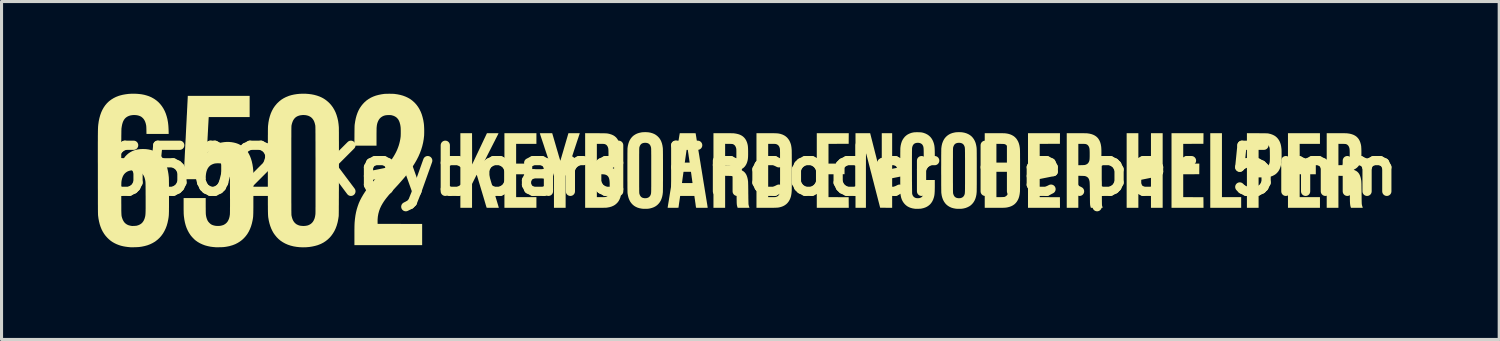
<source format=kicad_pcb>
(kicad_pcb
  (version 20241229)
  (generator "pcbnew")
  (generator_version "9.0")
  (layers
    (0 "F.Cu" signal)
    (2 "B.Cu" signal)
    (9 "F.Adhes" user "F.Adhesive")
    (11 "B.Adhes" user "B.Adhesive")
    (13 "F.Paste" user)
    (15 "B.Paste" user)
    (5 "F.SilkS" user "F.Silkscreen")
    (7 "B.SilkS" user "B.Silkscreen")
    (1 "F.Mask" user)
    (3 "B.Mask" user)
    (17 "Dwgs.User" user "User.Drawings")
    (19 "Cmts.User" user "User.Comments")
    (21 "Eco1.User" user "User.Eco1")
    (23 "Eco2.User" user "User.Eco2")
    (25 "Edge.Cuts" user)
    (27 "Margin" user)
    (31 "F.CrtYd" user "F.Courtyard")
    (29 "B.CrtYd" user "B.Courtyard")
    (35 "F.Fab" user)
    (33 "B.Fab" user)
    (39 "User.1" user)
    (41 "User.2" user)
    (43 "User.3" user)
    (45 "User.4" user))
  (footprint "6502 Keyboard Encoder Helper 5mm"
    (layer "F.Cu")
    (at 21.371 2.499)
    (property "Reference" "6502 Keyboard Encoder Helper 5mm" (at 0 0 0) (layer "F.SilkS") (effects (font (size 1.5 1.5) (thickness 0.3))))
    (attr board_only exclude_from_pos_files exclude_from_bom)
    (fp_poly (pts (xy 15.348 -0.173) (xy 15.348 0.867) (xy 15.661 0.867) (xy 15.974 0.867) (xy 15.974 1.041) (xy 15.974 1.214) (xy 15.471 1.214) (xy 14.968 1.214) (xy 14.968 0) (xy 14.968 -1.214) (xy 15.158 -1.214) (xy 15.348 -1.214)) (stroke (width 0) (type solid)) (fill yes) (layer "F.SilkS"))
    (fp_poly (pts (xy -6.963 -1.041) (xy -6.963 -0.867) (xy -7.293 -0.867) (xy -7.623 -0.867) (xy -7.623 -0.546) (xy -7.623 -0.224) (xy -7.361 -0.224) (xy -7.099 -0.224) (xy -7.099 -0.051) (xy -7.099 0.123) (xy -7.361 0.123) (xy -7.623 0.123) (xy -7.623 0.495) (xy -7.623 0.867) (xy -7.293 0.867) (xy -6.963 0.867) (xy -6.963 1.041) (xy -6.963 1.214) (xy -7.484 1.214) (xy -8.004 1.214) (xy -8.004 0) (xy -8.004 -1.214) (xy -7.484 -1.214) (xy -6.963 -1.214)) (stroke (width 0) (type solid)) (fill yes) (layer "F.SilkS"))
    (fp_poly (pts (xy 3.201 -1.042) (xy 3.2 -0.869) (xy 2.871 -0.868) (xy 2.543 -0.867) (xy 2.543 -0.546) (xy 2.543 -0.224) (xy 2.805 -0.224) (xy 3.067 -0.224) (xy 3.066 -0.052) (xy 3.065 0.121) (xy 2.804 0.122) (xy 2.543 0.123) (xy 2.543 0.495) (xy 2.543 0.867) (xy 2.871 0.868) (xy 3.2 0.869) (xy 3.201 1.042) (xy 3.203 1.214) (xy 2.682 1.214) (xy 2.162 1.214) (xy 2.162 0) (xy 2.162 -1.214) (xy 2.682 -1.214) (xy 3.203 -1.214)) (stroke (width 0) (type solid)) (fill yes) (layer "F.SilkS"))
    (fp_poly (pts (xy 10.076 -1.042) (xy 10.075 -0.869) (xy 9.746 -0.868) (xy 9.417 -0.867) (xy 9.417 -0.546) (xy 9.417 -0.224) (xy 9.679 -0.224) (xy 9.942 -0.224) (xy 9.941 -0.052) (xy 9.94 0.121) (xy 9.678 0.122) (xy 9.417 0.123) (xy 9.417 0.495) (xy 9.417 0.867) (xy 9.746 0.868) (xy 10.075 0.869) (xy 10.076 1.042) (xy 10.077 1.214) (xy 9.557 1.214) (xy 9.036 1.214) (xy 9.036 0) (xy 9.036 -1.214) (xy 9.557 -1.214) (xy 10.077 -1.214)) (stroke (width 0) (type solid)) (fill yes) (layer "F.SilkS"))
    (fp_poly (pts (xy 12.628 -0.719) (xy 12.628 -0.224) (xy 12.833 -0.224) (xy 13.038 -0.224) (xy 13.038 -0.719) (xy 13.038 -1.214) (xy 13.229 -1.214) (xy 13.419 -1.214) (xy 13.419 0) (xy 13.419 1.214) (xy 13.229 1.214) (xy 13.038 1.214) (xy 13.038 0.668) (xy 13.038 0.123) (xy 12.833 0.123) (xy 12.628 0.123) (xy 12.628 0.668) (xy 12.628 1.214) (xy 12.438 1.214) (xy 12.247 1.214) (xy 12.247 0) (xy 12.247 -1.214) (xy 12.438 -1.214) (xy 12.628 -1.214)) (stroke (width 0) (type solid)) (fill yes) (layer "F.SilkS"))
    (fp_poly (pts (xy 14.747 -1.042) (xy 14.745 -0.869) (xy 14.417 -0.868) (xy 14.088 -0.867) (xy 14.088 -0.546) (xy 14.088 -0.224) (xy 14.35 -0.224) (xy 14.612 -0.224) (xy 14.611 -0.052) (xy 14.61 0.121) (xy 14.349 0.122) (xy 14.088 0.123) (xy 14.088 0.495) (xy 14.088 0.867) (xy 14.417 0.868) (xy 14.745 0.869) (xy 14.747 1.042) (xy 14.748 1.214) (xy 14.227 1.214) (xy 13.707 1.214) (xy 13.707 0) (xy 13.707 -1.214) (xy 14.227 -1.214) (xy 14.748 -1.214)) (stroke (width 0) (type solid)) (fill yes) (layer "F.SilkS"))
    (fp_poly (pts (xy 18.538 -1.041) (xy 18.538 -0.867) (xy 18.208 -0.867) (xy 17.878 -0.867) (xy 17.879 -0.547) (xy 17.88 -0.226) (xy 18.141 -0.225) (xy 18.403 -0.224) (xy 18.403 -0.051) (xy 18.403 0.123) (xy 18.14 0.123) (xy 17.878 0.123) (xy 17.878 0.495) (xy 17.878 0.867) (xy 18.208 0.867) (xy 18.538 0.867) (xy 18.538 1.041) (xy 18.538 1.214) (xy 18.018 1.214) (xy 17.497 1.214) (xy 17.497 0) (xy 17.497 -1.214) (xy 18.018 -1.214) (xy 18.538 -1.214)) (stroke (width 0) (type solid)) (fill yes) (layer "F.SilkS"))
    (fp_poly (pts (xy -6.32 -0.772) (xy -6.303 -0.712) (xy -6.286 -0.655) (xy -6.27 -0.601) (xy -6.255 -0.55) (xy -6.242 -0.503) (xy -6.229 -0.46) (xy -6.218 -0.422) (xy -6.208 -0.39) (xy -6.2 -0.363) (xy -6.194 -0.343) (xy -6.19 -0.33) (xy -6.188 -0.325) (xy -6.188 -0.324) (xy -6.184 -0.322) (xy -6.183 -0.322) (xy -6.182 -0.326) (xy -6.178 -0.338) (xy -6.172 -0.357) (xy -6.164 -0.383) (xy -6.155 -0.414) (xy -6.144 -0.451) (xy -6.132 -0.494) (xy -6.118 -0.54) (xy -6.103 -0.59) (xy -6.087 -0.644) (xy -6.071 -0.701) (xy -6.054 -0.76) (xy -6.051 -0.769) (xy -5.921 -1.214) (xy -5.736 -1.214) (xy -5.551 -1.214) (xy -5.584 -1.114) (xy -5.59 -1.098) (xy -5.597 -1.074) (xy -5.607 -1.044) (xy -5.62 -1.007) (xy -5.634 -0.965) (xy -5.65 -0.917) (xy -5.667 -0.864) (xy -5.686 -0.808) (xy -5.706 -0.747) (xy -5.727 -0.684) (xy -5.749 -0.618) (xy -5.771 -0.549) (xy -5.794 -0.48) (xy -5.815 -0.417) (xy -6.012 0.178) (xy -6.012 0.696) (xy -6.012 1.214) (xy -6.202 1.214) (xy -6.392 1.214) (xy -6.392 0.698) (xy -6.392 0.182) (xy -6.621 -0.511) (xy -6.646 -0.585) (xy -6.67 -0.657) (xy -6.693 -0.726) (xy -6.714 -0.793) (xy -6.735 -0.856) (xy -6.755 -0.915) (xy -6.773 -0.97) (xy -6.79 -1.02) (xy -6.805 -1.065) (xy -6.818 -1.105) (xy -6.829 -1.139) (xy -6.838 -1.167) (xy -6.845 -1.188) (xy -6.85 -1.202) (xy -6.852 -1.208) (xy -6.852 -1.209) (xy -6.851 -1.21) (xy -6.846 -1.211) (xy -6.837 -1.212) (xy -6.823 -1.213) (xy -6.804 -1.213) (xy -6.779 -1.214) (xy -6.747 -1.214) (xy -6.707 -1.214) (xy -6.66 -1.214) (xy -6.652 -1.214) (xy -6.449 -1.214)) (stroke (width 0) (type solid)) (fill yes) (layer "F.SilkS"))
    (fp_poly (pts (xy 3.931 -1.088) (xy 3.967 -0.948) (xy 4 -0.817) (xy 4.032 -0.693) (xy 4.061 -0.577) (xy 4.089 -0.469) (xy 4.114 -0.37) (xy 4.138 -0.278) (xy 4.159 -0.193) (xy 4.179 -0.117) (xy 4.197 -0.048) (xy 4.213 0.014) (xy 4.227 0.068) (xy 4.239 0.114) (xy 4.249 0.153) (xy 4.258 0.185) (xy 4.264 0.21) (xy 4.269 0.227) (xy 4.272 0.238) (xy 4.274 0.241) (xy 4.274 0.237) (xy 4.274 0.225) (xy 4.275 0.205) (xy 4.275 0.178) (xy 4.275 0.144) (xy 4.276 0.104) (xy 4.276 0.059) (xy 4.276 0.007) (xy 4.276 -0.049) (xy 4.277 -0.11) (xy 4.277 -0.175) (xy 4.277 -0.244) (xy 4.277 -0.316) (xy 4.277 -0.391) (xy 4.277 -0.468) (xy 4.277 -0.487) (xy 4.277 -1.214) (xy 4.446 -1.214) (xy 4.615 -1.214) (xy 4.615 0.000042) (xy 4.615 1.214) (xy 4.42 1.213) (xy 4.225 1.212) (xy 4.033 0.47) (xy 4.013 0.39) (xy 3.992 0.311) (xy 3.972 0.233) (xy 3.953 0.157) (xy 3.934 0.083) (xy 3.915 0.013) (xy 3.898 -0.055) (xy 3.882 -0.118) (xy 3.866 -0.177) (xy 3.852 -0.232) (xy 3.84 -0.28) (xy 3.829 -0.323) (xy 3.819 -0.359) (xy 3.812 -0.389) (xy 3.806 -0.411) (xy 3.805 -0.416) (xy 3.796 -0.449) (xy 3.788 -0.479) (xy 3.781 -0.506) (xy 3.774 -0.529) (xy 3.769 -0.545) (xy 3.766 -0.556) (xy 3.764 -0.558) (xy 3.764 -0.554) (xy 3.764 -0.542) (xy 3.763 -0.522) (xy 3.763 -0.495) (xy 3.763 -0.461) (xy 3.763 -0.42) (xy 3.762 -0.374) (xy 3.762 -0.321) (xy 3.762 -0.263) (xy 3.762 -0.201) (xy 3.761 -0.133) (xy 3.761 -0.062) (xy 3.761 0.013) (xy 3.761 0.092) (xy 3.761 0.173) (xy 3.761 0.257) (xy 3.761 0.328) (xy 3.761 1.214) (xy 3.592 1.214) (xy 3.422 1.214) (xy 3.422 0) (xy 3.422 -1.214) (xy 3.661 -1.214) (xy 3.899 -1.214)) (stroke (width 0) (type solid)) (fill yes) (layer "F.SilkS"))
    (fp_poly (pts (xy 16.494 -1.213) (xy 16.556 -1.213) (xy 16.61 -1.212) (xy 16.657 -1.212) (xy 16.698 -1.212) (xy 16.732 -1.211) (xy 16.761 -1.211) (xy 16.785 -1.21) (xy 16.805 -1.209) (xy 16.821 -1.209) (xy 16.834 -1.208) (xy 16.845 -1.207) (xy 16.854 -1.206) (xy 16.862 -1.204) (xy 16.863 -1.204) (xy 16.931 -1.188) (xy 16.992 -1.166) (xy 17.047 -1.14) (xy 17.096 -1.108) (xy 17.139 -1.07) (xy 17.176 -1.027) (xy 17.208 -0.978) (xy 17.222 -0.953) (xy 17.245 -0.9) (xy 17.263 -0.841) (xy 17.276 -0.777) (xy 17.285 -0.706) (xy 17.286 -0.7) (xy 17.287 -0.68) (xy 17.288 -0.653) (xy 17.289 -0.62) (xy 17.289 -0.583) (xy 17.29 -0.543) (xy 17.29 -0.501) (xy 17.29 -0.459) (xy 17.29 -0.419) (xy 17.289 -0.381) (xy 17.288 -0.346) (xy 17.287 -0.317) (xy 17.286 -0.295) (xy 17.286 -0.29) (xy 17.276 -0.213) (xy 17.261 -0.143) (xy 17.24 -0.079) (xy 17.214 -0.022) (xy 17.182 0.03) (xy 17.144 0.075) (xy 17.1 0.115) (xy 17.051 0.148) (xy 16.996 0.176) (xy 16.975 0.184) (xy 16.943 0.195) (xy 16.911 0.204) (xy 16.877 0.211) (xy 16.84 0.216) (xy 16.799 0.22) (xy 16.752 0.223) (xy 16.699 0.224) (xy 16.663 0.224) (xy 16.541 0.224) (xy 16.541 0.719) (xy 16.541 1.214) (xy 16.351 1.214) (xy 16.161 1.214) (xy 16.161 -0.000213) (xy 16.161 -0.495) (xy 16.541 -0.495) (xy 16.541 -0.123) (xy 16.65 -0.123) (xy 16.686 -0.123) (xy 16.715 -0.123) (xy 16.738 -0.124) (xy 16.756 -0.125) (xy 16.77 -0.127) (xy 16.781 -0.129) (xy 16.784 -0.129) (xy 16.819 -0.142) (xy 16.848 -0.161) (xy 16.871 -0.186) (xy 16.888 -0.217) (xy 16.895 -0.236) (xy 16.898 -0.25) (xy 16.901 -0.265) (xy 16.904 -0.283) (xy 16.906 -0.305) (xy 16.907 -0.33) (xy 16.908 -0.361) (xy 16.909 -0.397) (xy 16.909 -0.439) (xy 16.909 -0.489) (xy 16.908 -0.523) (xy 16.908 -0.569) (xy 16.907 -0.607) (xy 16.907 -0.639) (xy 16.906 -0.664) (xy 16.905 -0.685) (xy 16.904 -0.701) (xy 16.903 -0.714) (xy 16.902 -0.725) (xy 16.9 -0.734) (xy 16.899 -0.738) (xy 16.887 -0.775) (xy 16.87 -0.804) (xy 16.849 -0.828) (xy 16.823 -0.845) (xy 16.81 -0.851) (xy 16.797 -0.856) (xy 16.784 -0.86) (xy 16.769 -0.863) (xy 16.751 -0.865) (xy 16.729 -0.866) (xy 16.702 -0.867) (xy 16.667 -0.867) (xy 16.65 -0.867) (xy 16.541 -0.867) (xy 16.541 -0.495) (xy 16.161 -0.495) (xy 16.161 -1.215)) (stroke (width 0) (type solid)) (fill yes) (layer "F.SilkS"))
    (fp_poly (pts (xy -9.056 -0.705) (xy -9.055 -0.196) (xy -8.814 -0.705) (xy -8.573 -1.214) (xy -8.383 -1.214) (xy -8.338 -1.214) (xy -8.3 -1.214) (xy -8.27 -1.214) (xy -8.245 -1.213) (xy -8.227 -1.213) (xy -8.213 -1.212) (xy -8.204 -1.212) (xy -8.199 -1.211) (xy -8.196 -1.209) (xy -8.196 -1.208) (xy -8.198 -1.204) (xy -8.204 -1.192) (xy -8.213 -1.174) (xy -8.225 -1.15) (xy -8.241 -1.12) (xy -8.258 -1.085) (xy -8.279 -1.045) (xy -8.301 -1.001) (xy -8.325 -0.953) (xy -8.351 -0.903) (xy -8.378 -0.849) (xy -8.407 -0.793) (xy -8.421 -0.765) (xy -8.45 -0.708) (xy -8.478 -0.653) (xy -8.505 -0.601) (xy -8.53 -0.552) (xy -8.553 -0.506) (xy -8.574 -0.464) (xy -8.592 -0.427) (xy -8.609 -0.394) (xy -8.622 -0.367) (xy -8.633 -0.346) (xy -8.64 -0.331) (xy -8.643 -0.323) (xy -8.644 -0.322) (xy -8.643 -0.317) (xy -8.639 -0.305) (xy -8.633 -0.285) (xy -8.626 -0.258) (xy -8.616 -0.225) (xy -8.604 -0.186) (xy -8.591 -0.141) (xy -8.576 -0.091) (xy -8.559 -0.036) (xy -8.542 0.024) (xy -8.523 0.087) (xy -8.503 0.155) (xy -8.481 0.225) (xy -8.459 0.299) (xy -8.437 0.375) (xy -8.415 0.447) (xy -8.391 0.525) (xy -8.369 0.601) (xy -8.347 0.674) (xy -8.326 0.745) (xy -8.306 0.812) (xy -8.287 0.875) (xy -8.269 0.934) (xy -8.253 0.988) (xy -8.238 1.038) (xy -8.225 1.082) (xy -8.213 1.12) (xy -8.204 1.152) (xy -8.196 1.178) (xy -8.19 1.197) (xy -8.187 1.208) (xy -8.186 1.212) (xy -8.19 1.212) (xy -8.202 1.213) (xy -8.22 1.213) (xy -8.245 1.214) (xy -8.275 1.214) (xy -8.309 1.214) (xy -8.346 1.214) (xy -8.385 1.214) (xy -8.431 1.214) (xy -8.469 1.214) (xy -8.501 1.214) (xy -8.526 1.214) (xy -8.545 1.213) (xy -8.56 1.213) (xy -8.571 1.212) (xy -8.578 1.211) (xy -8.582 1.21) (xy -8.584 1.209) (xy -8.585 1.207) (xy -8.585 1.207) (xy -8.593 1.18) (xy -8.603 1.148) (xy -8.614 1.111) (xy -8.626 1.069) (xy -8.64 1.023) (xy -8.654 0.973) (xy -8.67 0.921) (xy -8.686 0.866) (xy -8.703 0.81) (xy -8.72 0.753) (xy -8.737 0.695) (xy -8.755 0.637) (xy -8.772 0.579) (xy -8.789 0.523) (xy -8.805 0.468) (xy -8.821 0.416) (xy -8.836 0.366) (xy -8.85 0.32) (xy -8.862 0.278) (xy -8.874 0.24) (xy -8.884 0.207) (xy -8.892 0.18) (xy -8.898 0.16) (xy -8.902 0.146) (xy -8.905 0.139) (xy -8.905 0.139) (xy -8.907 0.142) (xy -8.913 0.151) (xy -8.922 0.167) (xy -8.933 0.188) (xy -8.946 0.214) (xy -8.961 0.243) (xy -8.977 0.275) (xy -8.983 0.287) (xy -9.058 0.438) (xy -9.058 0.826) (xy -9.058 1.214) (xy -9.248 1.214) (xy -9.438 1.214) (xy -9.438 0) (xy -9.438 -1.214) (xy -9.248 -1.214) (xy -9.058 -1.214)) (stroke (width 0) (type solid)) (fill yes) (layer "F.SilkS"))
    (fp_poly (pts (xy 8.009 -1.214) (xy 8.064 -1.214) (xy 8.112 -1.214) (xy 8.154 -1.214) (xy 8.189 -1.213) (xy 8.219 -1.213) (xy 8.244 -1.212) (xy 8.265 -1.211) (xy 8.283 -1.211) (xy 8.298 -1.21) (xy 8.31 -1.208) (xy 8.316 -1.208) (xy 8.386 -1.196) (xy 8.45 -1.178) (xy 8.508 -1.154) (xy 8.561 -1.124) (xy 8.607 -1.089) (xy 8.648 -1.047) (xy 8.662 -1.029) (xy 8.694 -0.98) (xy 8.721 -0.928) (xy 8.742 -0.871) (xy 8.758 -0.809) (xy 8.769 -0.741) (xy 8.774 -0.689) (xy 8.774 -0.676) (xy 8.775 -0.655) (xy 8.776 -0.625) (xy 8.776 -0.588) (xy 8.777 -0.544) (xy 8.777 -0.493) (xy 8.777 -0.435) (xy 8.778 -0.37) (xy 8.778 -0.299) (xy 8.778 -0.223) (xy 8.778 -0.14) (xy 8.778 -0.052) (xy 8.778 0) (xy 8.778 0.091) (xy 8.778 0.176) (xy 8.778 0.256) (xy 8.778 0.33) (xy 8.777 0.399) (xy 8.777 0.46) (xy 8.777 0.516) (xy 8.776 0.564) (xy 8.776 0.605) (xy 8.775 0.639) (xy 8.775 0.665) (xy 8.774 0.683) (xy 8.774 0.689) (xy 8.765 0.767) (xy 8.751 0.838) (xy 8.731 0.903) (xy 8.705 0.961) (xy 8.673 1.014) (xy 8.636 1.06) (xy 8.593 1.101) (xy 8.544 1.135) (xy 8.489 1.163) (xy 8.428 1.185) (xy 8.362 1.201) (xy 8.316 1.208) (xy 8.304 1.209) (xy 8.291 1.21) (xy 8.275 1.211) (xy 8.255 1.212) (xy 8.232 1.213) (xy 8.205 1.213) (xy 8.172 1.213) (xy 8.134 1.214) (xy 8.089 1.214) (xy 8.038 1.214) (xy 7.978 1.214) (xy 7.946 1.214) (xy 7.628 1.214) (xy 7.628 0) (xy 8.008 0) (xy 8.008 0.868) (xy 8.132 0.866) (xy 8.169 0.866) (xy 8.199 0.865) (xy 8.223 0.864) (xy 8.241 0.863) (xy 8.255 0.862) (xy 8.266 0.861) (xy 8.274 0.859) (xy 8.278 0.858) (xy 8.302 0.846) (xy 8.327 0.829) (xy 8.349 0.809) (xy 8.357 0.798) (xy 8.371 0.773) (xy 8.382 0.741) (xy 8.391 0.704) (xy 8.393 0.683) (xy 8.394 0.674) (xy 8.394 0.656) (xy 8.395 0.63) (xy 8.395 0.597) (xy 8.396 0.556) (xy 8.396 0.509) (xy 8.397 0.454) (xy 8.397 0.393) (xy 8.397 0.326) (xy 8.397 0.253) (xy 8.397 0.174) (xy 8.397 0.09) (xy 8.397 0.001) (xy 8.397 0) (xy 8.397 -0.089) (xy 8.397 -0.173) (xy 8.397 -0.252) (xy 8.397 -0.325) (xy 8.397 -0.393) (xy 8.397 -0.454) (xy 8.396 -0.508) (xy 8.396 -0.556) (xy 8.395 -0.597) (xy 8.395 -0.63) (xy 8.394 -0.656) (xy 8.394 -0.673) (xy 8.393 -0.683) (xy 8.393 -0.683) (xy 8.387 -0.726) (xy 8.376 -0.761) (xy 8.361 -0.791) (xy 8.342 -0.816) (xy 8.322 -0.834) (xy 8.31 -0.842) (xy 8.299 -0.849) (xy 8.288 -0.854) (xy 8.276 -0.858) (xy 8.261 -0.861) (xy 8.242 -0.863) (xy 8.219 -0.864) (xy 8.19 -0.865) (xy 8.155 -0.866) (xy 8.132 -0.866) (xy 8.008 -0.868) (xy 8.008 0) (xy 7.628 0) (xy 7.628 -1.214) (xy 7.946 -1.214)) (stroke (width 0) (type solid)) (fill yes) (layer "F.SilkS"))
    (fp_poly (pts (xy 0.583 -1.214) (xy 0.641 -1.214) (xy 0.691 -1.214) (xy 0.735 -1.213) (xy 0.774 -1.213) (xy 0.807 -1.212) (xy 0.835 -1.211) (xy 0.86 -1.21) (xy 0.882 -1.208) (xy 0.901 -1.206) (xy 0.918 -1.204) (xy 0.934 -1.201) (xy 0.949 -1.198) (xy 0.965 -1.194) (xy 0.979 -1.191) (xy 1.041 -1.171) (xy 1.097 -1.145) (xy 1.147 -1.113) (xy 1.192 -1.075) (xy 1.231 -1.03) (xy 1.265 -0.98) (xy 1.277 -0.957) (xy 1.298 -0.91) (xy 1.316 -0.86) (xy 1.329 -0.807) (xy 1.338 -0.749) (xy 1.344 -0.685) (xy 1.345 -0.675) (xy 1.346 -0.66) (xy 1.346 -0.638) (xy 1.347 -0.608) (xy 1.347 -0.571) (xy 1.348 -0.526) (xy 1.348 -0.476) (xy 1.348 -0.419) (xy 1.349 -0.357) (xy 1.349 -0.289) (xy 1.349 -0.217) (xy 1.349 -0.14) (xy 1.349 -0.059) (xy 1.349 0) (xy 1.349 0.084) (xy 1.349 0.163) (xy 1.349 0.239) (xy 1.349 0.31) (xy 1.349 0.376) (xy 1.348 0.437) (xy 1.348 0.492) (xy 1.348 0.54) (xy 1.347 0.583) (xy 1.347 0.618) (xy 1.346 0.646) (xy 1.346 0.666) (xy 1.345 0.675) (xy 1.339 0.74) (xy 1.33 0.799) (xy 1.318 0.853) (xy 1.301 0.903) (xy 1.28 0.951) (xy 1.277 0.957) (xy 1.245 1.011) (xy 1.208 1.058) (xy 1.165 1.099) (xy 1.117 1.133) (xy 1.063 1.162) (xy 1.003 1.184) (xy 0.954 1.197) (xy 0.94 1.2) (xy 0.926 1.203) (xy 0.911 1.205) (xy 0.894 1.207) (xy 0.876 1.209) (xy 0.855 1.21) (xy 0.831 1.211) (xy 0.803 1.212) (xy 0.77 1.213) (xy 0.732 1.213) (xy 0.688 1.214) (xy 0.637 1.214) (xy 0.58 1.214) (xy 0.517 1.214) (xy 0.199 1.214) (xy 0.199 0) (xy 0.58 0) (xy 0.58 0.867) (xy 0.695 0.867) (xy 0.734 0.867) (xy 0.765 0.867) (xy 0.79 0.866) (xy 0.809 0.865) (xy 0.823 0.863) (xy 0.833 0.861) (xy 0.868 0.848) (xy 0.897 0.83) (xy 0.921 0.806) (xy 0.94 0.775) (xy 0.954 0.737) (xy 0.959 0.718) (xy 0.96 0.714) (xy 0.961 0.708) (xy 0.962 0.702) (xy 0.963 0.694) (xy 0.963 0.683) (xy 0.964 0.671) (xy 0.964 0.655) (xy 0.965 0.637) (xy 0.965 0.614) (xy 0.966 0.588) (xy 0.966 0.557) (xy 0.966 0.522) (xy 0.966 0.481) (xy 0.966 0.434) (xy 0.966 0.382) (xy 0.967 0.323) (xy 0.967 0.258) (xy 0.967 0.185) (xy 0.967 0.104) (xy 0.967 0.016) (xy 0.967 0) (xy 0.967 -0.09) (xy 0.967 -0.172) (xy 0.967 -0.246) (xy 0.967 -0.312) (xy 0.966 -0.372) (xy 0.966 -0.426) (xy 0.966 -0.473) (xy 0.966 -0.515) (xy 0.966 -0.551) (xy 0.966 -0.583) (xy 0.965 -0.61) (xy 0.965 -0.633) (xy 0.964 -0.652) (xy 0.964 -0.668) (xy 0.963 -0.681) (xy 0.963 -0.692) (xy 0.962 -0.701) (xy 0.961 -0.707) (xy 0.961 -0.713) (xy 0.96 -0.717) (xy 0.959 -0.718) (xy 0.947 -0.759) (xy 0.93 -0.793) (xy 0.908 -0.82) (xy 0.881 -0.841) (xy 0.849 -0.856) (xy 0.833 -0.861) (xy 0.822 -0.863) (xy 0.808 -0.865) (xy 0.789 -0.866) (xy 0.764 -0.867) (xy 0.733 -0.867) (xy 0.695 -0.867) (xy 0.58 -0.867) (xy 0.58 0) (xy 0.199 0) (xy 0.199 -1.214) (xy 0.517 -1.214)) (stroke (width 0) (type solid)) (fill yes) (layer "F.SilkS"))
    (fp_poly (pts (xy 19.135 -1.214) (xy 19.19 -1.214) (xy 19.238 -1.214) (xy 19.279 -1.214) (xy 19.314 -1.213) (xy 19.344 -1.213) (xy 19.369 -1.212) (xy 19.39 -1.211) (xy 19.408 -1.211) (xy 19.423 -1.209) (xy 19.436 -1.208) (xy 19.441 -1.208) (xy 19.512 -1.197) (xy 19.576 -1.18) (xy 19.633 -1.159) (xy 19.684 -1.132) (xy 19.729 -1.1) (xy 19.768 -1.061) (xy 19.802 -1.017) (xy 19.83 -0.966) (xy 19.852 -0.909) (xy 19.87 -0.846) (xy 19.877 -0.808) (xy 19.88 -0.792) (xy 19.881 -0.768) (xy 19.883 -0.739) (xy 19.885 -0.705) (xy 19.886 -0.667) (xy 19.887 -0.628) (xy 19.887 -0.588) (xy 19.887 -0.549) (xy 19.887 -0.511) (xy 19.887 -0.477) (xy 19.886 -0.447) (xy 19.885 -0.422) (xy 19.884 -0.413) (xy 19.874 -0.344) (xy 19.858 -0.28) (xy 19.837 -0.223) (xy 19.811 -0.173) (xy 19.779 -0.128) (xy 19.742 -0.091) (xy 19.699 -0.059) (xy 19.659 -0.037) (xy 19.647 -0.032) (xy 19.64 -0.027) (xy 19.639 -0.024) (xy 19.643 -0.021) (xy 19.654 -0.016) (xy 19.668 -0.01) (xy 19.671 -0.008) (xy 19.713 0.012) (xy 19.749 0.037) (xy 19.781 0.067) (xy 19.809 0.103) (xy 19.832 0.145) (xy 19.851 0.194) (xy 19.867 0.249) (xy 19.879 0.312) (xy 19.882 0.329) (xy 19.883 0.339) (xy 19.884 0.351) (xy 19.885 0.365) (xy 19.886 0.381) (xy 19.887 0.401) (xy 19.888 0.425) (xy 19.889 0.453) (xy 19.889 0.486) (xy 19.89 0.524) (xy 19.89 0.569) (xy 19.891 0.621) (xy 19.892 0.68) (xy 19.892 0.721) (xy 19.893 0.794) (xy 19.894 0.859) (xy 19.894 0.916) (xy 19.895 0.966) (xy 19.896 1.009) (xy 19.897 1.044) (xy 19.898 1.07) (xy 19.899 1.089) (xy 19.9 1.098) (xy 19.904 1.118) (xy 19.909 1.141) (xy 19.916 1.165) (xy 19.919 1.173) (xy 19.932 1.214) (xy 19.74 1.214) (xy 19.547 1.214) (xy 19.538 1.186) (xy 19.533 1.17) (xy 19.529 1.155) (xy 19.526 1.139) (xy 19.523 1.122) (xy 19.52 1.103) (xy 19.518 1.081) (xy 19.516 1.056) (xy 19.515 1.028) (xy 19.513 0.995) (xy 19.513 0.957) (xy 19.512 0.913) (xy 19.512 0.863) (xy 19.511 0.806) (xy 19.511 0.742) (xy 19.511 0.709) (xy 19.511 0.646) (xy 19.511 0.592) (xy 19.511 0.545) (xy 19.51 0.504) (xy 19.51 0.469) (xy 19.509 0.44) (xy 19.508 0.414) (xy 19.506 0.393) (xy 19.505 0.375) (xy 19.503 0.359) (xy 19.501 0.345) (xy 19.498 0.332) (xy 19.496 0.324) (xy 19.482 0.283) (xy 19.463 0.25) (xy 19.439 0.223) (xy 19.409 0.201) (xy 19.373 0.187) (xy 19.344 0.18) (xy 19.324 0.177) (xy 19.296 0.175) (xy 19.262 0.174) (xy 19.225 0.174) (xy 19.139 0.173) (xy 19.139 0.694) (xy 19.139 1.214) (xy 18.948 1.214) (xy 18.758 1.214) (xy 18.758 0) (xy 18.758 -0.521) (xy 19.139 -0.521) (xy 19.139 -0.173) (xy 19.222 -0.174) (xy 19.25 -0.174) (xy 19.278 -0.174) (xy 19.302 -0.175) (xy 19.322 -0.176) (xy 19.334 -0.178) (xy 19.376 -0.187) (xy 19.412 -0.204) (xy 19.442 -0.226) (xy 19.467 -0.255) (xy 19.486 -0.29) (xy 19.497 -0.319) (xy 19.499 -0.332) (xy 19.501 -0.352) (xy 19.503 -0.377) (xy 19.504 -0.408) (xy 19.505 -0.442) (xy 19.506 -0.479) (xy 19.507 -0.517) (xy 19.507 -0.554) (xy 19.507 -0.591) (xy 19.506 -0.625) (xy 19.505 -0.656) (xy 19.503 -0.681) (xy 19.502 -0.701) (xy 19.501 -0.706) (xy 19.49 -0.749) (xy 19.475 -0.785) (xy 19.454 -0.815) (xy 19.428 -0.839) (xy 19.398 -0.855) (xy 19.398 -0.855) (xy 19.39 -0.858) (xy 19.383 -0.86) (xy 19.374 -0.862) (xy 19.363 -0.863) (xy 19.349 -0.864) (xy 19.33 -0.865) (xy 19.306 -0.866) (xy 19.275 -0.866) (xy 19.256 -0.866) (xy 19.139 -0.868) (xy 19.139 -0.521) (xy 18.758 -0.521) (xy 18.758 -1.214) (xy 19.072 -1.214)) (stroke (width 0) (type solid)) (fill yes) (layer "F.SilkS"))
    (fp_poly (pts (xy 10.667 -1.214) (xy 10.723 -1.214) (xy 10.775 -1.214) (xy 10.822 -1.213) (xy 10.863 -1.213) (xy 10.898 -1.212) (xy 10.926 -1.211) (xy 10.948 -1.211) (xy 10.961 -1.21) (xy 10.962 -1.21) (xy 11.034 -1.2) (xy 11.1 -1.184) (xy 11.159 -1.163) (xy 11.211 -1.137) (xy 11.258 -1.105) (xy 11.299 -1.067) (xy 11.333 -1.023) (xy 11.362 -0.974) (xy 11.386 -0.918) (xy 11.404 -0.855) (xy 11.416 -0.786) (xy 11.418 -0.774) (xy 11.42 -0.751) (xy 11.422 -0.72) (xy 11.424 -0.685) (xy 11.425 -0.646) (xy 11.425 -0.605) (xy 11.426 -0.564) (xy 11.425 -0.525) (xy 11.424 -0.489) (xy 11.423 -0.46) (xy 11.417 -0.396) (xy 11.409 -0.338) (xy 11.397 -0.286) (xy 11.381 -0.239) (xy 11.361 -0.196) (xy 11.354 -0.183) (xy 11.331 -0.149) (xy 11.303 -0.116) (xy 11.27 -0.086) (xy 11.236 -0.06) (xy 11.202 -0.04) (xy 11.196 -0.038) (xy 11.183 -0.031) (xy 11.178 -0.025) (xy 11.18 -0.021) (xy 11.189 -0.016) (xy 11.233 0.004) (xy 11.271 0.027) (xy 11.305 0.055) (xy 11.334 0.086) (xy 11.358 0.123) (xy 11.378 0.166) (xy 11.395 0.215) (xy 11.408 0.271) (xy 11.418 0.334) (xy 11.42 0.348) (xy 11.422 0.362) (xy 11.423 0.377) (xy 11.424 0.396) (xy 11.425 0.417) (xy 11.425 0.443) (xy 11.426 0.474) (xy 11.426 0.51) (xy 11.427 0.553) (xy 11.427 0.603) (xy 11.427 0.646) (xy 11.427 0.729) (xy 11.427 0.805) (xy 11.428 0.872) (xy 11.429 0.931) (xy 11.431 0.982) (xy 11.433 1.026) (xy 11.435 1.062) (xy 11.437 1.092) (xy 11.44 1.113) (xy 11.441 1.122) (xy 11.452 1.163) (xy 11.465 1.202) (xy 11.467 1.207) (xy 11.467 1.208) (xy 11.466 1.21) (xy 11.463 1.211) (xy 11.457 1.212) (xy 11.448 1.213) (xy 11.434 1.213) (xy 11.416 1.214) (xy 11.392 1.214) (xy 11.361 1.214) (xy 11.324 1.214) (xy 11.279 1.214) (xy 11.276 1.214) (xy 11.081 1.214) (xy 11.076 1.194) (xy 11.072 1.18) (xy 11.068 1.168) (xy 11.065 1.157) (xy 11.063 1.146) (xy 11.061 1.135) (xy 11.059 1.123) (xy 11.057 1.109) (xy 11.056 1.094) (xy 11.055 1.075) (xy 11.054 1.053) (xy 11.053 1.027) (xy 11.053 0.996) (xy 11.052 0.96) (xy 11.052 0.917) (xy 11.051 0.869) (xy 11.051 0.813) (xy 11.05 0.753) (xy 11.049 0.687) (xy 11.049 0.629) (xy 11.048 0.578) (xy 11.048 0.533) (xy 11.047 0.495) (xy 11.046 0.462) (xy 11.045 0.434) (xy 11.044 0.411) (xy 11.043 0.39) (xy 11.041 0.373) (xy 11.04 0.359) (xy 11.037 0.346) (xy 11.035 0.335) (xy 11.032 0.324) (xy 11.029 0.314) (xy 11.027 0.305) (xy 11.013 0.27) (xy 10.995 0.242) (xy 10.972 0.219) (xy 10.943 0.2) (xy 10.907 0.186) (xy 10.902 0.184) (xy 10.893 0.181) (xy 10.881 0.179) (xy 10.866 0.178) (xy 10.847 0.177) (xy 10.822 0.176) (xy 10.791 0.175) (xy 10.776 0.174) (xy 10.674 0.173) (xy 10.674 0.693) (xy 10.674 1.214) (xy 10.485 1.214) (xy 10.297 1.214) (xy 10.297 0) (xy 10.297 -0.52) (xy 10.674 -0.52) (xy 10.674 -0.172) (xy 10.776 -0.174) (xy 10.809 -0.175) (xy 10.836 -0.176) (xy 10.856 -0.177) (xy 10.871 -0.178) (xy 10.884 -0.18) (xy 10.894 -0.182) (xy 10.904 -0.185) (xy 10.907 -0.186) (xy 10.943 -0.201) (xy 10.974 -0.221) (xy 10.998 -0.248) (xy 11.018 -0.28) (xy 11.032 -0.319) (xy 11.036 -0.335) (xy 11.038 -0.349) (xy 11.04 -0.371) (xy 11.042 -0.398) (xy 11.043 -0.431) (xy 11.044 -0.466) (xy 11.044 -0.504) (xy 11.044 -0.542) (xy 11.044 -0.58) (xy 11.043 -0.616) (xy 11.042 -0.649) (xy 11.04 -0.677) (xy 11.039 -0.7) (xy 11.036 -0.716) (xy 11.036 -0.717) (xy 11.025 -0.757) (xy 11.009 -0.791) (xy 10.988 -0.819) (xy 10.964 -0.84) (xy 10.953 -0.846) (xy 10.94 -0.852) (xy 10.927 -0.857) (xy 10.912 -0.861) (xy 10.895 -0.864) (xy 10.875 -0.865) (xy 10.849 -0.867) (xy 10.818 -0.867) (xy 10.781 -0.867) (xy 10.674 -0.867) (xy 10.674 -0.52) (xy 10.297 -0.52) (xy 10.297 -1.214) (xy 10.608 -1.214)) (stroke (width 0) (type solid)) (fill yes) (layer "F.SilkS"))
    (fp_poly (pts (xy -5.033 -1.213) (xy -4.969 -1.213) (xy -4.912 -1.213) (xy -4.863 -1.212) (xy -4.82 -1.212) (xy -4.783 -1.211) (xy -4.751 -1.211) (xy -4.724 -1.21) (xy -4.7 -1.209) (xy -4.68 -1.208) (xy -4.663 -1.206) (xy -4.648 -1.204) (xy -4.634 -1.202) (xy -4.62 -1.199) (xy -4.607 -1.196) (xy -4.593 -1.193) (xy -4.578 -1.189) (xy -4.575 -1.188) (xy -4.516 -1.169) (xy -4.462 -1.145) (xy -4.415 -1.115) (xy -4.373 -1.079) (xy -4.337 -1.037) (xy -4.307 -0.99) (xy -4.282 -0.936) (xy -4.262 -0.875) (xy -4.247 -0.808) (xy -4.245 -0.791) (xy -4.242 -0.775) (xy -4.241 -0.758) (xy -4.239 -0.74) (xy -4.238 -0.718) (xy -4.238 -0.692) (xy -4.237 -0.661) (xy -4.237 -0.623) (xy -4.237 -0.605) (xy -4.237 -0.566) (xy -4.238 -0.534) (xy -4.238 -0.508) (xy -4.239 -0.486) (xy -4.24 -0.468) (xy -4.241 -0.452) (xy -4.243 -0.437) (xy -4.246 -0.422) (xy -4.247 -0.413) (xy -4.261 -0.348) (xy -4.281 -0.29) (xy -4.305 -0.239) (xy -4.335 -0.195) (xy -4.37 -0.156) (xy -4.41 -0.124) (xy -4.447 -0.102) (xy -4.462 -0.093) (xy -4.473 -0.086) (xy -4.479 -0.081) (xy -4.479 -0.079) (xy -4.475 -0.076) (xy -4.465 -0.07) (xy -4.451 -0.063) (xy -4.448 -0.062) (xy -4.397 -0.035) (xy -4.353 -0.003) (xy -4.314 0.035) (xy -4.281 0.08) (xy -4.253 0.13) (xy -4.231 0.188) (xy -4.229 0.193) (xy -4.221 0.221) (xy -4.214 0.25) (xy -4.209 0.28) (xy -4.205 0.313) (xy -4.201 0.35) (xy -4.199 0.391) (xy -4.198 0.439) (xy -4.197 0.493) (xy -4.197 0.528) (xy -4.197 0.585) (xy -4.198 0.635) (xy -4.2 0.679) (xy -4.202 0.718) (xy -4.205 0.751) (xy -4.209 0.781) (xy -4.214 0.807) (xy -4.231 0.874) (xy -4.255 0.935) (xy -4.284 0.99) (xy -4.319 1.038) (xy -4.361 1.081) (xy -4.408 1.119) (xy -4.462 1.15) (xy -4.521 1.175) (xy -4.587 1.194) (xy -4.658 1.207) (xy -4.68 1.21) (xy -4.693 1.211) (xy -4.713 1.211) (xy -4.742 1.212) (xy -4.777 1.213) (xy -4.82 1.213) (xy -4.868 1.214) (xy -4.923 1.214) (xy -4.984 1.214) (xy -5.049 1.214) (xy -5.377 1.214) (xy -5.377 0.495) (xy -4.996 0.495) (xy -4.996 0.867) (xy -4.866 0.867) (xy -4.829 0.867) (xy -4.799 0.867) (xy -4.775 0.867) (xy -4.756 0.866) (xy -4.741 0.865) (xy -4.729 0.864) (xy -4.719 0.862) (xy -4.71 0.86) (xy -4.705 0.859) (xy -4.671 0.846) (xy -4.644 0.829) (xy -4.622 0.807) (xy -4.604 0.778) (xy -4.591 0.743) (xy -4.587 0.728) (xy -4.585 0.715) (xy -4.584 0.695) (xy -4.582 0.669) (xy -4.581 0.638) (xy -4.58 0.603) (xy -4.579 0.566) (xy -4.578 0.529) (xy -4.578 0.491) (xy -4.578 0.454) (xy -4.578 0.421) (xy -4.579 0.391) (xy -4.581 0.366) (xy -4.581 0.36) (xy -4.587 0.309) (xy -4.596 0.265) (xy -4.609 0.229) (xy -4.627 0.198) (xy -4.648 0.174) (xy -4.675 0.154) (xy -4.707 0.139) (xy -4.741 0.13) (xy -4.753 0.127) (xy -4.767 0.126) (xy -4.785 0.124) (xy -4.807 0.123) (xy -4.835 0.123) (xy -4.869 0.123) (xy -4.884 0.123) (xy -4.996 0.123) (xy -4.996 0.495) (xy -5.377 0.495) (xy -5.377 -0.000207) (xy -5.377 -0.545) (xy -4.996 -0.545) (xy -4.996 -0.223) (xy -4.894 -0.226) (xy -4.864 -0.226) (xy -4.835 -0.228) (xy -4.81 -0.229) (xy -4.79 -0.23) (xy -4.775 -0.232) (xy -4.77 -0.233) (xy -4.731 -0.246) (xy -4.698 -0.265) (xy -4.67 -0.291) (xy -4.648 -0.323) (xy -4.632 -0.361) (xy -4.625 -0.386) (xy -4.623 -0.401) (xy -4.621 -0.424) (xy -4.619 -0.452) (xy -4.618 -0.485) (xy -4.617 -0.52) (xy -4.617 -0.556) (xy -4.618 -0.592) (xy -4.618 -0.627) (xy -4.619 -0.658) (xy -4.621 -0.686) (xy -4.623 -0.707) (xy -4.625 -0.719) (xy -4.637 -0.76) (xy -4.654 -0.794) (xy -4.674 -0.821) (xy -4.699 -0.841) (xy -4.704 -0.844) (xy -4.717 -0.85) (xy -4.729 -0.856) (xy -4.742 -0.86) (xy -4.757 -0.863) (xy -4.774 -0.865) (xy -4.796 -0.866) (xy -4.823 -0.867) (xy -4.856 -0.867) (xy -4.883 -0.867) (xy -4.996 -0.867) (xy -4.996 -0.545) (xy -5.377 -0.545) (xy -5.377 -1.215)) (stroke (width 0) (type solid)) (fill yes) (layer "F.SilkS"))
    (fp_poly (pts (xy 5.481 -1.245) (xy 5.516 -1.244) (xy 5.547 -1.242) (xy 5.574 -1.239) (xy 5.6 -1.234) (xy 5.626 -1.227) (xy 5.645 -1.222) (xy 5.706 -1.199) (xy 5.762 -1.17) (xy 5.812 -1.135) (xy 5.856 -1.094) (xy 5.895 -1.046) (xy 5.928 -0.992) (xy 5.955 -0.932) (xy 5.976 -0.867) (xy 5.988 -0.812) (xy 5.992 -0.783) (xy 5.996 -0.745) (xy 5.999 -0.701) (xy 6.001 -0.65) (xy 6.002 -0.592) (xy 6.003 -0.53) (xy 6.003 -0.517) (xy 6.003 -0.398) (xy 5.824 -0.398) (xy 5.644 -0.398) (xy 5.642 -0.564) (xy 5.642 -0.61) (xy 5.641 -0.649) (xy 5.64 -0.681) (xy 5.639 -0.707) (xy 5.637 -0.729) (xy 5.635 -0.747) (xy 5.632 -0.762) (xy 5.629 -0.776) (xy 5.625 -0.788) (xy 5.621 -0.8) (xy 5.618 -0.805) (xy 5.601 -0.837) (xy 5.577 -0.862) (xy 5.548 -0.881) (xy 5.514 -0.894) (xy 5.474 -0.901) (xy 5.452 -0.902) (xy 5.409 -0.899) (xy 5.372 -0.89) (xy 5.34 -0.875) (xy 5.314 -0.853) (xy 5.293 -0.825) (xy 5.277 -0.79) (xy 5.266 -0.749) (xy 5.263 -0.727) (xy 5.262 -0.718) (xy 5.262 -0.7) (xy 5.261 -0.675) (xy 5.261 -0.644) (xy 5.26 -0.606) (xy 5.26 -0.563) (xy 5.26 -0.515) (xy 5.259 -0.462) (xy 5.259 -0.405) (xy 5.259 -0.345) (xy 5.259 -0.282) (xy 5.259 -0.217) (xy 5.259 -0.149) (xy 5.259 -0.081) (xy 5.259 -0.012) (xy 5.259 0.058) (xy 5.259 0.127) (xy 5.26 0.196) (xy 5.26 0.263) (xy 5.26 0.328) (xy 5.261 0.39) (xy 5.261 0.45) (xy 5.262 0.506) (xy 5.262 0.558) (xy 5.263 0.605) (xy 5.263 0.648) (xy 5.264 0.684) (xy 5.264 0.714) (xy 5.265 0.738) (xy 5.266 0.754) (xy 5.266 0.763) (xy 5.267 0.764) (xy 5.28 0.803) (xy 5.299 0.836) (xy 5.324 0.863) (xy 5.353 0.882) (xy 5.388 0.896) (xy 5.392 0.897) (xy 5.414 0.9) (xy 5.44 0.901) (xy 5.468 0.901) (xy 5.495 0.899) (xy 5.515 0.895) (xy 5.548 0.882) (xy 5.575 0.865) (xy 5.597 0.843) (xy 5.615 0.814) (xy 5.628 0.778) (xy 5.632 0.766) (xy 5.634 0.759) (xy 5.635 0.751) (xy 5.637 0.742) (xy 5.638 0.731) (xy 5.639 0.718) (xy 5.64 0.702) (xy 5.64 0.682) (xy 5.641 0.656) (xy 5.641 0.625) (xy 5.642 0.588) (xy 5.642 0.543) (xy 5.642 0.521) (xy 5.644 0.309) (xy 5.824 0.309) (xy 6.003 0.309) (xy 6.003 0.473) (xy 6.003 0.537) (xy 6.002 0.593) (xy 6.001 0.643) (xy 6 0.686) (xy 5.997 0.725) (xy 5.995 0.759) (xy 5.991 0.79) (xy 5.987 0.817) (xy 5.981 0.844) (xy 5.975 0.868) (xy 5.971 0.882) (xy 5.949 0.947) (xy 5.921 1.005) (xy 5.887 1.057) (xy 5.847 1.104) (xy 5.801 1.143) (xy 5.75 1.177) (xy 5.693 1.204) (xy 5.631 1.225) (xy 5.563 1.24) (xy 5.55 1.242) (xy 5.531 1.244) (xy 5.506 1.245) (xy 5.478 1.246) (xy 5.447 1.247) (xy 5.417 1.247) (xy 5.39 1.247) (xy 5.367 1.246) (xy 5.354 1.245) (xy 5.284 1.234) (xy 5.22 1.217) (xy 5.162 1.194) (xy 5.109 1.165) (xy 5.062 1.13) (xy 5.02 1.089) (xy 4.983 1.043) (xy 4.951 0.992) (xy 4.925 0.935) (xy 4.905 0.873) (xy 4.891 0.804) (xy 4.882 0.734) (xy 4.882 0.723) (xy 4.881 0.704) (xy 4.881 0.678) (xy 4.88 0.645) (xy 4.88 0.606) (xy 4.879 0.561) (xy 4.879 0.511) (xy 4.879 0.456) (xy 4.878 0.398) (xy 4.878 0.336) (xy 4.878 0.272) (xy 4.878 0.205) (xy 4.878 0.137) (xy 4.878 0.067) (xy 4.878 -0.003) (xy 4.878 -0.073) (xy 4.878 -0.143) (xy 4.878 -0.211) (xy 4.878 -0.278) (xy 4.878 -0.342) (xy 4.879 -0.403) (xy 4.879 -0.461) (xy 4.879 -0.515) (xy 4.879 -0.565) (xy 4.88 -0.609) (xy 4.88 -0.648) (xy 4.881 -0.68) (xy 4.881 -0.706) (xy 4.882 -0.724) (xy 4.882 -0.734) (xy 4.892 -0.81) (xy 4.908 -0.879) (xy 4.929 -0.944) (xy 4.957 -1.002) (xy 4.991 -1.054) (xy 5.03 -1.101) (xy 5.075 -1.141) (xy 5.126 -1.176) (xy 5.183 -1.203) (xy 5.217 -1.216) (xy 5.247 -1.226) (xy 5.277 -1.233) (xy 5.307 -1.239) (xy 5.34 -1.243) (xy 5.377 -1.245) (xy 5.42 -1.246) (xy 5.438 -1.246)) (stroke (width 0) (type solid)) (fill yes) (layer "F.SilkS"))
    (fp_poly (pts (xy -0.827 -1.214) (xy -0.77 -1.214) (xy -0.718 -1.214) (xy -0.671 -1.213) (xy -0.63 -1.213) (xy -0.595 -1.212) (xy -0.567 -1.211) (xy -0.547 -1.211) (xy -0.534 -1.21) (xy -0.534 -1.21) (xy -0.462 -1.199) (xy -0.397 -1.184) (xy -0.339 -1.164) (xy -0.287 -1.138) (xy -0.242 -1.108) (xy -0.202 -1.071) (xy -0.167 -1.029) (xy -0.138 -0.981) (xy -0.114 -0.927) (xy -0.104 -0.897) (xy -0.097 -0.873) (xy -0.091 -0.85) (xy -0.086 -0.827) (xy -0.082 -0.803) (xy -0.079 -0.777) (xy -0.077 -0.747) (xy -0.075 -0.712) (xy -0.074 -0.672) (xy -0.073 -0.625) (xy -0.073 -0.566) (xy -0.073 -0.514) (xy -0.074 -0.468) (xy -0.076 -0.428) (xy -0.079 -0.393) (xy -0.083 -0.362) (xy -0.088 -0.335) (xy -0.089 -0.329) (xy -0.106 -0.267) (xy -0.128 -0.212) (xy -0.156 -0.163) (xy -0.189 -0.12) (xy -0.227 -0.084) (xy -0.271 -0.054) (xy -0.287 -0.045) (xy -0.302 -0.037) (xy -0.314 -0.03) (xy -0.321 -0.025) (xy -0.322 -0.024) (xy -0.318 -0.02) (xy -0.314 -0.018) (xy -0.269 0.000131) (xy -0.23 0.023) (xy -0.195 0.051) (xy -0.165 0.085) (xy -0.139 0.124) (xy -0.118 0.169) (xy -0.1 0.222) (xy -0.086 0.281) (xy -0.078 0.332) (xy -0.076 0.342) (xy -0.075 0.355) (xy -0.074 0.37) (xy -0.073 0.388) (xy -0.073 0.411) (xy -0.072 0.438) (xy -0.071 0.47) (xy -0.07 0.507) (xy -0.07 0.551) (xy -0.069 0.601) (xy -0.068 0.659) (xy -0.068 0.725) (xy -0.068 0.728) (xy -0.067 0.782) (xy -0.066 0.834) (xy -0.066 0.884) (xy -0.065 0.93) (xy -0.064 0.972) (xy -0.063 1.009) (xy -0.062 1.041) (xy -0.062 1.067) (xy -0.061 1.086) (xy -0.06 1.097) (xy -0.06 1.1) (xy -0.054 1.132) (xy -0.047 1.159) (xy -0.039 1.182) (xy -0.038 1.186) (xy -0.033 1.198) (xy -0.03 1.208) (xy -0.03 1.211) (xy -0.034 1.212) (xy -0.045 1.212) (xy -0.064 1.213) (xy -0.088 1.213) (xy -0.118 1.214) (xy -0.152 1.214) (xy -0.189 1.214) (xy -0.222 1.214) (xy -0.414 1.214) (xy -0.423 1.184) (xy -0.427 1.171) (xy -0.43 1.16) (xy -0.433 1.148) (xy -0.436 1.136) (xy -0.438 1.124) (xy -0.44 1.11) (xy -0.441 1.094) (xy -0.443 1.075) (xy -0.444 1.053) (xy -0.445 1.027) (xy -0.445 0.996) (xy -0.446 0.961) (xy -0.447 0.919) (xy -0.447 0.871) (xy -0.448 0.816) (xy -0.448 0.754) (xy -0.448 0.732) (xy -0.449 0.669) (xy -0.45 0.613) (xy -0.45 0.565) (xy -0.45 0.524) (xy -0.451 0.489) (xy -0.451 0.459) (xy -0.452 0.434) (xy -0.453 0.413) (xy -0.453 0.397) (xy -0.454 0.383) (xy -0.455 0.371) (xy -0.456 0.362) (xy -0.457 0.354) (xy -0.459 0.346) (xy -0.46 0.34) (xy -0.472 0.298) (xy -0.487 0.264) (xy -0.507 0.236) (xy -0.531 0.214) (xy -0.562 0.196) (xy -0.599 0.183) (xy -0.599 0.183) (xy -0.61 0.18) (xy -0.628 0.178) (xy -0.652 0.177) (xy -0.683 0.176) (xy -0.72 0.175) (xy -0.821 0.173) (xy -0.821 0.693) (xy -0.821 1.214) (xy -1.011 1.214) (xy -1.201 1.214) (xy -1.201 0) (xy -1.201 -0.521) (xy -0.821 -0.521) (xy -0.821 -0.173) (xy -0.735 -0.174) (xy -0.7 -0.174) (xy -0.668 -0.175) (xy -0.641 -0.177) (xy -0.621 -0.179) (xy -0.617 -0.179) (xy -0.577 -0.19) (xy -0.541 -0.208) (xy -0.517 -0.226) (xy -0.499 -0.246) (xy -0.484 -0.27) (xy -0.471 -0.299) (xy -0.465 -0.32) (xy -0.462 -0.328) (xy -0.46 -0.336) (xy -0.459 -0.345) (xy -0.457 -0.355) (xy -0.456 -0.367) (xy -0.456 -0.383) (xy -0.455 -0.403) (xy -0.455 -0.428) (xy -0.455 -0.459) (xy -0.455 -0.497) (xy -0.455 -0.522) (xy -0.455 -0.566) (xy -0.455 -0.602) (xy -0.455 -0.632) (xy -0.456 -0.656) (xy -0.456 -0.675) (xy -0.457 -0.69) (xy -0.458 -0.702) (xy -0.46 -0.713) (xy -0.462 -0.722) (xy -0.462 -0.723) (xy -0.475 -0.764) (xy -0.493 -0.798) (xy -0.516 -0.826) (xy -0.544 -0.846) (xy -0.561 -0.855) (xy -0.569 -0.858) (xy -0.576 -0.86) (xy -0.585 -0.862) (xy -0.595 -0.863) (xy -0.608 -0.864) (xy -0.626 -0.865) (xy -0.65 -0.866) (xy -0.679 -0.866) (xy -0.703 -0.866) (xy -0.821 -0.868) (xy -0.821 -0.521) (xy -1.201 -0.521) (xy -1.201 -1.214) (xy -0.888 -1.214)) (stroke (width 0) (type solid)) (fill yes) (layer "F.SilkS"))
    (fp_poly (pts (xy -11.708 -2.497) (xy -11.67 -2.497) (xy -11.636 -2.496) (xy -11.607 -2.494) (xy -11.587 -2.493) (xy -11.487 -2.479) (xy -11.392 -2.46) (xy -11.304 -2.435) (xy -11.222 -2.404) (xy -11.145 -2.368) (xy -11.073 -2.326) (xy -11.006 -2.278) (xy -10.944 -2.223) (xy -10.916 -2.196) (xy -10.86 -2.132) (xy -10.811 -2.064) (xy -10.767 -1.99) (xy -10.728 -1.911) (xy -10.695 -1.827) (xy -10.668 -1.736) (xy -10.645 -1.64) (xy -10.628 -1.537) (xy -10.625 -1.51) (xy -10.622 -1.483) (xy -10.62 -1.449) (xy -10.618 -1.41) (xy -10.616 -1.368) (xy -10.615 -1.323) (xy -10.615 -1.279) (xy -10.615 -1.236) (xy -10.616 -1.196) (xy -10.617 -1.161) (xy -10.618 -1.135) (xy -10.631 -1.019) (xy -10.651 -0.905) (xy -10.678 -0.792) (xy -10.712 -0.68) (xy -10.754 -0.568) (xy -10.803 -0.456) (xy -10.86 -0.344) (xy -10.925 -0.232) (xy -10.997 -0.118) (xy -11.071 -0.013) (xy -11.113 0.045) (xy -11.157 0.102) (xy -11.202 0.159) (xy -11.249 0.217) (xy -11.3 0.277) (xy -11.354 0.339) (xy -11.412 0.405) (xy -11.475 0.475) (xy -11.537 0.542) (xy -11.596 0.606) (xy -11.65 0.666) (xy -11.699 0.72) (xy -11.743 0.771) (xy -11.783 0.818) (xy -11.819 0.862) (xy -11.852 0.904) (xy -11.882 0.943) (xy -11.91 0.982) (xy -11.936 1.02) (xy -11.96 1.058) (xy -11.964 1.064) (xy -12.012 1.148) (xy -12.052 1.233) (xy -12.084 1.321) (xy -12.108 1.411) (xy -12.124 1.503) (xy -12.132 1.599) (xy -12.132 1.684) (xy -12.131 1.737) (xy -11.407 1.738) (xy -10.682 1.739) (xy -10.682 2.084) (xy -10.682 2.428) (xy -11.784 2.428) (xy -12.886 2.428) (xy -12.886 2.106) (xy -12.886 2.037) (xy -12.886 1.977) (xy -12.886 1.924) (xy -12.885 1.877) (xy -12.885 1.836) (xy -12.884 1.801) (xy -12.883 1.77) (xy -12.882 1.743) (xy -12.881 1.72) (xy -12.88 1.7) (xy -12.88 1.699) (xy -12.869 1.58) (xy -12.854 1.469) (xy -12.834 1.362) (xy -12.809 1.26) (xy -12.778 1.161) (xy -12.743 1.064) (xy -12.701 0.97) (xy -12.652 0.876) (xy -12.597 0.782) (xy -12.535 0.686) (xy -12.466 0.589) (xy -12.443 0.558) (xy -12.411 0.517) (xy -12.378 0.476) (xy -12.344 0.435) (xy -12.308 0.392) (xy -12.269 0.347) (xy -12.226 0.299) (xy -12.179 0.247) (xy -12.127 0.19) (xy -12.04 0.095) (xy -11.96 0.005) (xy -11.886 -0.081) (xy -11.819 -0.164) (xy -11.757 -0.243) (xy -11.701 -0.32) (xy -11.65 -0.394) (xy -11.604 -0.466) (xy -11.563 -0.537) (xy -11.527 -0.606) (xy -11.495 -0.675) (xy -11.468 -0.743) (xy -11.444 -0.811) (xy -11.424 -0.88) (xy -11.407 -0.95) (xy -11.393 -1.021) (xy -11.386 -1.07) (xy -11.383 -1.09) (xy -11.381 -1.111) (xy -11.38 -1.134) (xy -11.379 -1.162) (xy -11.378 -1.195) (xy -11.378 -1.234) (xy -11.378 -1.252) (xy -11.378 -1.296) (xy -11.379 -1.334) (xy -11.38 -1.366) (xy -11.381 -1.393) (xy -11.384 -1.419) (xy -11.387 -1.443) (xy -11.391 -1.468) (xy -11.396 -1.495) (xy -11.4 -1.51) (xy -11.416 -1.569) (xy -11.437 -1.62) (xy -11.462 -1.665) (xy -11.494 -1.703) (xy -11.53 -1.736) (xy -11.573 -1.762) (xy -11.621 -1.783) (xy -11.676 -1.798) (xy -11.678 -1.799) (xy -11.7 -1.802) (xy -11.728 -1.804) (xy -11.759 -1.804) (xy -11.793 -1.804) (xy -11.825 -1.802) (xy -11.855 -1.799) (xy -11.88 -1.795) (xy -11.884 -1.795) (xy -11.936 -1.779) (xy -11.983 -1.756) (xy -12.025 -1.727) (xy -12.062 -1.691) (xy -12.093 -1.649) (xy -12.118 -1.6) (xy -12.139 -1.546) (xy -12.15 -1.5) (xy -12.153 -1.484) (xy -12.156 -1.468) (xy -12.158 -1.451) (xy -12.16 -1.433) (xy -12.162 -1.413) (xy -12.164 -1.39) (xy -12.165 -1.363) (xy -12.165 -1.333) (xy -12.166 -1.297) (xy -12.166 -1.256) (xy -12.167 -1.209) (xy -12.167 -1.154) (xy -12.167 -1.092) (xy -12.167 -1.091) (xy -12.167 -0.808) (xy -12.527 -0.808) (xy -12.887 -0.808) (xy -12.885 -1.126) (xy -12.885 -1.188) (xy -12.884 -1.243) (xy -12.884 -1.29) (xy -12.883 -1.33) (xy -12.883 -1.365) (xy -12.882 -1.395) (xy -12.882 -1.42) (xy -12.881 -1.441) (xy -12.88 -1.46) (xy -12.879 -1.475) (xy -12.878 -1.489) (xy -12.876 -1.502) (xy -12.876 -1.504) (xy -12.86 -1.608) (xy -12.84 -1.705) (xy -12.815 -1.795) (xy -12.785 -1.88) (xy -12.75 -1.959) (xy -12.709 -2.033) (xy -12.662 -2.102) (xy -12.61 -2.166) (xy -12.554 -2.225) (xy -12.491 -2.28) (xy -12.424 -2.328) (xy -12.351 -2.37) (xy -12.273 -2.406) (xy -12.189 -2.437) (xy -12.099 -2.461) (xy -12.004 -2.48) (xy -11.913 -2.493) (xy -11.89 -2.494) (xy -11.86 -2.496) (xy -11.826 -2.497) (xy -11.788 -2.497) (xy -11.748 -2.498)) (stroke (width 0) (type solid)) (fill yes) (layer "F.SilkS"))
    (fp_poly (pts (xy 6.83 -1.247) (xy 6.869 -1.245) (xy 6.9 -1.242) (xy 6.97 -1.229) (xy 7.035 -1.209) (xy 7.094 -1.183) (xy 7.148 -1.151) (xy 7.196 -1.113) (xy 7.238 -1.068) (xy 7.274 -1.018) (xy 7.305 -0.961) (xy 7.33 -0.899) (xy 7.348 -0.831) (xy 7.361 -0.757) (xy 7.365 -0.709) (xy 7.366 -0.697) (xy 7.366 -0.676) (xy 7.367 -0.648) (xy 7.367 -0.613) (xy 7.368 -0.571) (xy 7.368 -0.522) (xy 7.368 -0.468) (xy 7.369 -0.407) (xy 7.369 -0.341) (xy 7.369 -0.27) (xy 7.369 -0.194) (xy 7.369 -0.114) (xy 7.369 -0.03) (xy 7.369 0) (xy 7.369 0.085) (xy 7.369 0.167) (xy 7.369 0.244) (xy 7.369 0.317) (xy 7.369 0.385) (xy 7.369 0.447) (xy 7.368 0.504) (xy 7.368 0.555) (xy 7.367 0.599) (xy 7.367 0.637) (xy 7.367 0.667) (xy 7.366 0.69) (xy 7.365 0.705) (xy 7.365 0.709) (xy 7.357 0.786) (xy 7.342 0.858) (xy 7.321 0.924) (xy 7.294 0.984) (xy 7.261 1.038) (xy 7.222 1.086) (xy 7.178 1.129) (xy 7.127 1.165) (xy 7.071 1.194) (xy 7.01 1.218) (xy 6.943 1.235) (xy 6.887 1.244) (xy 6.862 1.246) (xy 6.831 1.247) (xy 6.796 1.247) (xy 6.76 1.247) (xy 6.725 1.246) (xy 6.695 1.244) (xy 6.674 1.241) (xy 6.605 1.228) (xy 6.541 1.209) (xy 6.483 1.182) (xy 6.43 1.15) (xy 6.382 1.111) (xy 6.34 1.066) (xy 6.304 1.014) (xy 6.273 0.957) (xy 6.249 0.894) (xy 6.23 0.826) (xy 6.218 0.751) (xy 6.215 0.723) (xy 6.214 0.712) (xy 6.214 0.692) (xy 6.213 0.664) (xy 6.213 0.629) (xy 6.212 0.585) (xy 6.212 0.534) (xy 6.211 0.476) (xy 6.211 0.411) (xy 6.211 0.338) (xy 6.211 0.259) (xy 6.211 0.173) (xy 6.21 0.081) (xy 6.21 0) (xy 6.593 0) (xy 6.593 0.092) (xy 6.593 0.176) (xy 6.593 0.253) (xy 6.593 0.322) (xy 6.593 0.384) (xy 6.594 0.439) (xy 6.594 0.489) (xy 6.594 0.533) (xy 6.594 0.571) (xy 6.594 0.605) (xy 6.594 0.633) (xy 6.595 0.658) (xy 6.595 0.679) (xy 6.596 0.696) (xy 6.596 0.71) (xy 6.597 0.722) (xy 6.597 0.731) (xy 6.598 0.739) (xy 6.599 0.745) (xy 6.6 0.75) (xy 6.601 0.754) (xy 6.601 0.755) (xy 6.615 0.796) (xy 6.633 0.831) (xy 6.656 0.858) (xy 6.685 0.879) (xy 6.718 0.893) (xy 6.757 0.9) (xy 6.758 0.901) (xy 6.803 0.902) (xy 6.844 0.898) (xy 6.849 0.896) (xy 6.884 0.884) (xy 6.915 0.865) (xy 6.94 0.84) (xy 6.96 0.808) (xy 6.967 0.791) (xy 6.97 0.784) (xy 6.972 0.778) (xy 6.974 0.772) (xy 6.976 0.765) (xy 6.977 0.758) (xy 6.979 0.75) (xy 6.98 0.74) (xy 6.981 0.728) (xy 6.982 0.714) (xy 6.983 0.698) (xy 6.984 0.678) (xy 6.985 0.655) (xy 6.985 0.628) (xy 6.986 0.596) (xy 6.986 0.56) (xy 6.986 0.519) (xy 6.986 0.472) (xy 6.987 0.42) (xy 6.987 0.361) (xy 6.987 0.296) (xy 6.987 0.224) (xy 6.987 0.144) (xy 6.987 0.056) (xy 6.987 0) (xy 6.987 -0.092) (xy 6.987 -0.177) (xy 6.987 -0.254) (xy 6.987 -0.323) (xy 6.987 -0.386) (xy 6.986 -0.442) (xy 6.986 -0.492) (xy 6.986 -0.536) (xy 6.986 -0.575) (xy 6.985 -0.609) (xy 6.985 -0.639) (xy 6.984 -0.665) (xy 6.984 -0.686) (xy 6.983 -0.705) (xy 6.982 -0.72) (xy 6.981 -0.733) (xy 6.98 -0.744) (xy 6.978 -0.753) (xy 6.977 -0.761) (xy 6.975 -0.768) (xy 6.973 -0.774) (xy 6.971 -0.78) (xy 6.969 -0.787) (xy 6.967 -0.791) (xy 6.951 -0.825) (xy 6.929 -0.853) (xy 6.902 -0.875) (xy 6.869 -0.89) (xy 6.831 -0.899) (xy 6.792 -0.902) (xy 6.748 -0.899) (xy 6.71 -0.89) (xy 6.679 -0.876) (xy 6.652 -0.855) (xy 6.63 -0.827) (xy 6.613 -0.792) (xy 6.6 -0.754) (xy 6.6 -0.75) (xy 6.599 -0.745) (xy 6.598 -0.739) (xy 6.597 -0.731) (xy 6.597 -0.721) (xy 6.596 -0.709) (xy 6.596 -0.695) (xy 6.595 -0.677) (xy 6.595 -0.655) (xy 6.594 -0.63) (xy 6.594 -0.601) (xy 6.594 -0.566) (xy 6.594 -0.527) (xy 6.594 -0.482) (xy 6.594 -0.432) (xy 6.593 -0.375) (xy 6.593 -0.312) (xy 6.593 -0.241) (xy 6.593 -0.164) (xy 6.593 -0.078) (xy 6.593 0) (xy 6.21 0) (xy 6.21 -0.097) (xy 6.211 -0.188) (xy 6.211 -0.273) (xy 6.211 -0.351) (xy 6.211 -0.422) (xy 6.211 -0.487) (xy 6.212 -0.544) (xy 6.212 -0.593) (xy 6.213 -0.635) (xy 6.213 -0.67) (xy 6.214 -0.696) (xy 6.214 -0.715) (xy 6.215 -0.723) (xy 6.225 -0.8) (xy 6.241 -0.871) (xy 6.264 -0.936) (xy 6.292 -0.995) (xy 6.326 -1.048) (xy 6.366 -1.095) (xy 6.412 -1.136) (xy 6.463 -1.171) (xy 6.52 -1.2) (xy 6.583 -1.222) (xy 6.65 -1.237) (xy 6.676 -1.242) (xy 6.709 -1.245) (xy 6.748 -1.247) (xy 6.789 -1.248)) (stroke (width 0) (type solid)) (fill yes) (layer "F.SilkS"))
    (fp_poly (pts (xy -3.395 -1.248) (xy -3.359 -1.246) (xy -3.329 -1.244) (xy -3.325 -1.244) (xy -3.254 -1.232) (xy -3.189 -1.213) (xy -3.129 -1.189) (xy -3.075 -1.158) (xy -3.026 -1.12) (xy -2.982 -1.076) (xy -2.958 -1.047) (xy -2.926 -0.998) (xy -2.899 -0.942) (xy -2.877 -0.88) (xy -2.861 -0.813) (xy -2.85 -0.74) (xy -2.847 -0.706) (xy -2.847 -0.694) (xy -2.846 -0.673) (xy -2.846 -0.644) (xy -2.845 -0.608) (xy -2.845 -0.565) (xy -2.844 -0.516) (xy -2.844 -0.459) (xy -2.844 -0.397) (xy -2.843 -0.329) (xy -2.843 -0.256) (xy -2.843 -0.178) (xy -2.843 -0.095) (xy -2.843 -0.008) (xy -2.843 0) (xy -2.843 0.088) (xy -2.843 0.171) (xy -2.843 0.249) (xy -2.843 0.323) (xy -2.844 0.392) (xy -2.844 0.454) (xy -2.844 0.511) (xy -2.845 0.561) (xy -2.845 0.605) (xy -2.846 0.642) (xy -2.846 0.671) (xy -2.847 0.692) (xy -2.847 0.706) (xy -2.847 0.706) (xy -2.856 0.784) (xy -2.871 0.856) (xy -2.892 0.922) (xy -2.918 0.983) (xy -2.951 1.037) (xy -2.99 1.085) (xy -3.034 1.128) (xy -3.084 1.164) (xy -3.14 1.194) (xy -3.201 1.217) (xy -3.268 1.235) (xy -3.325 1.244) (xy -3.35 1.246) (xy -3.382 1.247) (xy -3.417 1.247) (xy -3.452 1.247) (xy -3.487 1.246) (xy -3.518 1.244) (xy -3.538 1.241) (xy -3.607 1.228) (xy -3.671 1.209) (xy -3.73 1.182) (xy -3.783 1.15) (xy -3.83 1.111) (xy -3.872 1.066) (xy -3.909 1.015) (xy -3.939 0.957) (xy -3.964 0.894) (xy -3.982 0.825) (xy -3.995 0.751) (xy -3.998 0.726) (xy -3.998 0.715) (xy -3.999 0.697) (xy -3.999 0.671) (xy -4 0.639) (xy -4 0.6) (xy -4.001 0.556) (xy -4.001 0.506) (xy -4.001 0.453) (xy -4.001 0.395) (xy -4.002 0.334) (xy -4.002 0.27) (xy -4.002 0.203) (xy -4.002 0.135) (xy -4.002 0.066) (xy -4.002 0) (xy -3.619 0) (xy -3.619 0.092) (xy -3.619 0.176) (xy -3.619 0.253) (xy -3.619 0.322) (xy -3.619 0.384) (xy -3.619 0.439) (xy -3.619 0.489) (xy -3.619 0.533) (xy -3.618 0.571) (xy -3.618 0.605) (xy -3.618 0.633) (xy -3.618 0.658) (xy -3.617 0.679) (xy -3.617 0.696) (xy -3.616 0.71) (xy -3.616 0.722) (xy -3.615 0.731) (xy -3.614 0.739) (xy -3.614 0.745) (xy -3.613 0.75) (xy -3.612 0.754) (xy -3.612 0.755) (xy -3.598 0.796) (xy -3.579 0.831) (xy -3.556 0.858) (xy -3.528 0.879) (xy -3.494 0.893) (xy -3.456 0.9) (xy -3.454 0.901) (xy -3.416 0.902) (xy -3.383 0.9) (xy -3.351 0.892) (xy -3.351 0.892) (xy -3.317 0.878) (xy -3.288 0.856) (xy -3.264 0.829) (xy -3.247 0.796) (xy -3.245 0.791) (xy -3.243 0.784) (xy -3.241 0.778) (xy -3.239 0.772) (xy -3.237 0.765) (xy -3.235 0.758) (xy -3.234 0.75) (xy -3.232 0.74) (xy -3.231 0.728) (xy -3.23 0.715) (xy -3.229 0.698) (xy -3.228 0.678) (xy -3.228 0.655) (xy -3.227 0.628) (xy -3.227 0.597) (xy -3.227 0.561) (xy -3.226 0.52) (xy -3.226 0.474) (xy -3.226 0.422) (xy -3.226 0.363) (xy -3.226 0.298) (xy -3.226 0.226) (xy -3.226 0.147) (xy -3.226 0.06) (xy -3.226 0) (xy -3.226 -0.094) (xy -3.226 -0.181) (xy -3.226 -0.259) (xy -3.226 -0.331) (xy -3.226 -0.395) (xy -3.226 -0.452) (xy -3.226 -0.503) (xy -3.227 -0.548) (xy -3.227 -0.587) (xy -3.227 -0.621) (xy -3.228 -0.65) (xy -3.228 -0.675) (xy -3.228 -0.695) (xy -3.229 -0.711) (xy -3.23 -0.724) (xy -3.23 -0.733) (xy -3.231 -0.739) (xy -3.231 -0.742) (xy -3.244 -0.786) (xy -3.26 -0.822) (xy -3.282 -0.851) (xy -3.308 -0.873) (xy -3.339 -0.889) (xy -3.375 -0.898) (xy -3.417 -0.902) (xy -3.421 -0.902) (xy -3.465 -0.899) (xy -3.502 -0.89) (xy -3.534 -0.876) (xy -3.561 -0.854) (xy -3.582 -0.827) (xy -3.6 -0.792) (xy -3.612 -0.754) (xy -3.613 -0.75) (xy -3.614 -0.745) (xy -3.615 -0.739) (xy -3.615 -0.731) (xy -3.616 -0.721) (xy -3.616 -0.709) (xy -3.617 -0.695) (xy -3.617 -0.677) (xy -3.618 -0.655) (xy -3.618 -0.63) (xy -3.618 -0.601) (xy -3.618 -0.566) (xy -3.619 -0.527) (xy -3.619 -0.482) (xy -3.619 -0.432) (xy -3.619 -0.375) (xy -3.619 -0.312) (xy -3.619 -0.241) (xy -3.619 -0.164) (xy -3.619 -0.078) (xy -3.619 0) (xy -4.002 0) (xy -4.002 -0.003) (xy -4.002 -0.073) (xy -4.002 -0.141) (xy -4.002 -0.209) (xy -4.002 -0.275) (xy -4.002 -0.339) (xy -4.001 -0.4) (xy -4.001 -0.457) (xy -4.001 -0.511) (xy -4.001 -0.56) (xy -4 -0.604) (xy -4 -0.642) (xy -3.999 -0.674) (xy -3.999 -0.699) (xy -3.998 -0.717) (xy -3.998 -0.726) (xy -3.987 -0.802) (xy -3.97 -0.873) (xy -3.948 -0.938) (xy -3.919 -0.997) (xy -3.885 -1.05) (xy -3.845 -1.097) (xy -3.799 -1.138) (xy -3.747 -1.172) (xy -3.69 -1.201) (xy -3.628 -1.222) (xy -3.559 -1.238) (xy -3.536 -1.242) (xy -3.507 -1.245) (xy -3.471 -1.247) (xy -3.433 -1.248)) (stroke (width 0) (type solid)) (fill yes) (layer "F.SilkS"))
    (fp_poly (pts (xy -1.993 -1.214) (xy -1.95 -1.214) (xy -1.91 -1.214) (xy -1.874 -1.213) (xy -1.843 -1.213) (xy -1.817 -1.213) (xy -1.798 -1.212) (xy -1.786 -1.212) (xy -1.781 -1.211) (xy -1.781 -1.211) (xy -1.78 -1.207) (xy -1.778 -1.195) (xy -1.775 -1.175) (xy -1.771 -1.147) (xy -1.765 -1.113) (xy -1.758 -1.071) (xy -1.751 -1.024) (xy -1.742 -0.97) (xy -1.732 -0.911) (xy -1.722 -0.846) (xy -1.711 -0.777) (xy -1.699 -0.702) (xy -1.686 -0.623) (xy -1.672 -0.54) (xy -1.658 -0.454) (xy -1.644 -0.364) (xy -1.628 -0.27) (xy -1.613 -0.175) (xy -1.597 -0.076) (xy -1.584 0.000317) (xy -1.568 0.1) (xy -1.552 0.198) (xy -1.537 0.293) (xy -1.522 0.386) (xy -1.507 0.475) (xy -1.493 0.561) (xy -1.48 0.643) (xy -1.467 0.721) (xy -1.455 0.794) (xy -1.444 0.863) (xy -1.434 0.926) (xy -1.424 0.984) (xy -1.416 1.036) (xy -1.408 1.082) (xy -1.402 1.122) (xy -1.397 1.155) (xy -1.393 1.18) (xy -1.39 1.199) (xy -1.388 1.209) (xy -1.388 1.212) (xy -1.392 1.212) (xy -1.403 1.213) (xy -1.422 1.213) (xy -1.446 1.213) (xy -1.476 1.214) (xy -1.51 1.214) (xy -1.547 1.214) (xy -1.578 1.214) (xy -1.617 1.214) (xy -1.654 1.214) (xy -1.687 1.214) (xy -1.715 1.213) (xy -1.738 1.213) (xy -1.756 1.212) (xy -1.766 1.212) (xy -1.768 1.211) (xy -1.769 1.206) (xy -1.771 1.194) (xy -1.773 1.175) (xy -1.777 1.15) (xy -1.781 1.121) (xy -1.785 1.088) (xy -1.79 1.053) (xy -1.796 1.016) (xy -1.801 0.977) (xy -1.806 0.939) (xy -1.812 0.902) (xy -1.817 0.867) (xy -1.821 0.835) (xy -1.826 0.806) (xy -1.829 0.783) (xy -1.832 0.765) (xy -1.833 0.753) (xy -1.834 0.75) (xy -1.836 0.74) (xy -2.054 0.74) (xy -2.271 0.74) (xy -2.273 0.754) (xy -2.275 0.761) (xy -2.277 0.776) (xy -2.28 0.796) (xy -2.284 0.822) (xy -2.288 0.852) (xy -2.293 0.886) (xy -2.298 0.922) (xy -2.304 0.96) (xy -2.309 0.998) (xy -2.315 1.035) (xy -2.32 1.071) (xy -2.325 1.106) (xy -2.329 1.136) (xy -2.333 1.163) (xy -2.336 1.185) (xy -2.338 1.2) (xy -2.339 1.209) (xy -2.339 1.21) (xy -2.344 1.211) (xy -2.356 1.212) (xy -2.376 1.213) (xy -2.403 1.213) (xy -2.437 1.214) (xy -2.478 1.214) (xy -2.517 1.214) (xy -2.56 1.214) (xy -2.596 1.214) (xy -2.625 1.214) (xy -2.647 1.214) (xy -2.664 1.213) (xy -2.676 1.213) (xy -2.684 1.212) (xy -2.689 1.211) (xy -2.692 1.209) (xy -2.692 1.208) (xy -2.692 1.207) (xy -2.692 1.202) (xy -2.689 1.189) (xy -2.686 1.169) (xy -2.681 1.141) (xy -2.676 1.106) (xy -2.669 1.065) (xy -2.661 1.017) (xy -2.652 0.963) (xy -2.643 0.903) (xy -2.632 0.838) (xy -2.621 0.768) (xy -2.609 0.694) (xy -2.596 0.615) (xy -2.582 0.532) (xy -2.568 0.445) (xy -2.562 0.406) (xy -2.225 0.406) (xy -2.222 0.407) (xy -2.211 0.408) (xy -2.194 0.409) (xy -2.169 0.41) (xy -2.136 0.41) (xy -2.095 0.41) (xy -2.054 0.41) (xy -2.01 0.41) (xy -1.973 0.41) (xy -1.944 0.41) (xy -1.921 0.409) (xy -1.904 0.409) (xy -1.892 0.408) (xy -1.886 0.407) (xy -1.883 0.406) (xy -1.883 0.405) (xy -1.883 0.399) (xy -1.885 0.386) (xy -1.888 0.366) (xy -1.892 0.339) (xy -1.896 0.306) (xy -1.901 0.267) (xy -1.908 0.224) (xy -1.914 0.177) (xy -1.921 0.125) (xy -1.929 0.071) (xy -1.937 0.014) (xy -1.946 -0.045) (xy -1.954 -0.105) (xy -1.963 -0.166) (xy -1.972 -0.227) (xy -1.98 -0.288) (xy -1.989 -0.348) (xy -1.997 -0.407) (xy -2.006 -0.464) (xy -2.013 -0.517) (xy -2.021 -0.568) (xy -2.028 -0.615) (xy -2.034 -0.658) (xy -2.039 -0.695) (xy -2.044 -0.728) (xy -2.048 -0.754) (xy -2.051 -0.773) (xy -2.053 -0.786) (xy -2.054 -0.79) (xy -2.054 -0.79) (xy -2.058 -0.791) (xy -2.058 -0.79) (xy -2.059 -0.786) (xy -2.061 -0.774) (xy -2.064 -0.755) (xy -2.067 -0.729) (xy -2.072 -0.697) (xy -2.077 -0.659) (xy -2.083 -0.617) (xy -2.09 -0.57) (xy -2.097 -0.519) (xy -2.105 -0.465) (xy -2.113 -0.409) (xy -2.121 -0.35) (xy -2.129 -0.29) (xy -2.138 -0.229) (xy -2.146 -0.168) (xy -2.155 -0.106) (xy -2.163 -0.046) (xy -2.171 0.013) (xy -2.179 0.07) (xy -2.187 0.124) (xy -2.194 0.176) (xy -2.201 0.223) (xy -2.207 0.267) (xy -2.212 0.305) (xy -2.216 0.338) (xy -2.22 0.366) (xy -2.223 0.386) (xy -2.225 0.4) (xy -2.225 0.406) (xy -2.225 0.406) (xy -2.562 0.406) (xy -2.553 0.355) (xy -2.538 0.262) (xy -2.523 0.166) (xy -2.507 0.068) (xy -2.496 0.002) (xy -2.48 -0.097) (xy -2.464 -0.195) (xy -2.449 -0.29) (xy -2.434 -0.382) (xy -2.419 -0.471) (xy -2.405 -0.557) (xy -2.392 -0.638) (xy -2.379 -0.716) (xy -2.367 -0.789) (xy -2.356 -0.858) (xy -2.346 -0.921) (xy -2.336 -0.979) (xy -2.328 -1.031) (xy -2.32 -1.077) (xy -2.314 -1.116) (xy -2.309 -1.149) (xy -2.304 -1.174) (xy -2.301 -1.192) (xy -2.3 -1.202) (xy -2.299 -1.205) (xy -2.297 -1.214) (xy -2.039 -1.214)) (stroke (width 0) (type solid)) (fill yes) (layer "F.SilkS"))
    (fp_poly (pts (xy -16.296 -2.084) (xy -16.296 -1.739) (xy -16.962 -1.739) (xy -17.628 -1.739) (xy -17.63 -1.704) (xy -17.631 -1.695) (xy -17.632 -1.679) (xy -17.633 -1.655) (xy -17.635 -1.624) (xy -17.637 -1.587) (xy -17.639 -1.545) (xy -17.642 -1.497) (xy -17.645 -1.445) (xy -17.648 -1.389) (xy -17.651 -1.329) (xy -17.654 -1.267) (xy -17.658 -1.202) (xy -17.66 -1.153) (xy -17.664 -1.087) (xy -17.667 -1.023) (xy -17.67 -0.961) (xy -17.674 -0.903) (xy -17.677 -0.848) (xy -17.679 -0.797) (xy -17.682 -0.751) (xy -17.684 -0.711) (xy -17.686 -0.676) (xy -17.688 -0.647) (xy -17.689 -0.626) (xy -17.69 -0.611) (xy -17.69 -0.606) (xy -17.691 -0.59) (xy -17.691 -0.581) (xy -17.69 -0.577) (xy -17.686 -0.575) (xy -17.684 -0.575) (xy -17.675 -0.579) (xy -17.669 -0.588) (xy -17.66 -0.603) (xy -17.646 -0.623) (xy -17.629 -0.645) (xy -17.609 -0.669) (xy -17.589 -0.693) (xy -17.57 -0.714) (xy -17.557 -0.728) (xy -17.5 -0.777) (xy -17.438 -0.82) (xy -17.372 -0.856) (xy -17.301 -0.885) (xy -17.227 -0.907) (xy -17.197 -0.913) (xy -17.121 -0.924) (xy -17.043 -0.93) (xy -16.964 -0.929) (xy -16.887 -0.922) (xy -16.812 -0.909) (xy -16.74 -0.891) (xy -16.673 -0.867) (xy -16.648 -0.856) (xy -16.58 -0.82) (xy -16.518 -0.778) (xy -16.461 -0.728) (xy -16.408 -0.673) (xy -16.361 -0.61) (xy -16.32 -0.541) (xy -16.283 -0.464) (xy -16.252 -0.382) (xy -16.225 -0.292) (xy -16.204 -0.196) (xy -16.188 -0.093) (xy -16.177 0.016) (xy -16.177 0.017) (xy -16.177 0.03) (xy -16.176 0.05) (xy -16.175 0.076) (xy -16.175 0.109) (xy -16.175 0.148) (xy -16.174 0.195) (xy -16.174 0.249) (xy -16.174 0.31) (xy -16.174 0.378) (xy -16.174 0.454) (xy -16.174 0.538) (xy -16.174 0.631) (xy -16.174 0.731) (xy -16.174 0.766) (xy -16.174 0.857) (xy -16.175 0.94) (xy -16.175 1.016) (xy -16.175 1.084) (xy -16.175 1.146) (xy -16.175 1.201) (xy -16.176 1.251) (xy -16.176 1.295) (xy -16.177 1.335) (xy -16.177 1.37) (xy -16.178 1.401) (xy -16.179 1.428) (xy -16.18 1.452) (xy -16.181 1.473) (xy -16.182 1.492) (xy -16.183 1.51) (xy -16.185 1.525) (xy -16.187 1.54) (xy -16.189 1.555) (xy -16.191 1.569) (xy -16.194 1.583) (xy -16.196 1.599) (xy -16.199 1.616) (xy -16.201 1.625) (xy -16.223 1.724) (xy -16.251 1.818) (xy -16.285 1.906) (xy -16.325 1.989) (xy -16.371 2.066) (xy -16.423 2.136) (xy -16.481 2.201) (xy -16.544 2.26) (xy -16.613 2.312) (xy -16.687 2.358) (xy -16.766 2.398) (xy -16.851 2.431) (xy -16.941 2.457) (xy -16.942 2.458) (xy -16.988 2.468) (xy -17.039 2.478) (xy -17.091 2.486) (xy -17.14 2.492) (xy -17.156 2.493) (xy -17.179 2.494) (xy -17.207 2.496) (xy -17.237 2.497) (xy -17.269 2.497) (xy -17.301 2.498) (xy -17.331 2.499) (xy -17.358 2.499) (xy -17.381 2.499) (xy -17.397 2.498) (xy -17.4 2.498) (xy -17.412 2.497) (xy -17.43 2.495) (xy -17.451 2.493) (xy -17.472 2.492) (xy -17.568 2.48) (xy -17.66 2.461) (xy -17.749 2.437) (xy -17.833 2.405) (xy -17.913 2.368) (xy -17.987 2.325) (xy -18.055 2.277) (xy -18.062 2.271) (xy -18.088 2.249) (xy -18.116 2.221) (xy -18.146 2.191) (xy -18.174 2.16) (xy -18.2 2.13) (xy -18.221 2.103) (xy -18.224 2.099) (xy -18.271 2.027) (xy -18.312 1.951) (xy -18.348 1.871) (xy -18.378 1.785) (xy -18.402 1.695) (xy -18.421 1.598) (xy -18.435 1.496) (xy -18.439 1.456) (xy -18.44 1.436) (xy -18.442 1.412) (xy -18.443 1.384) (xy -18.443 1.352) (xy -18.444 1.314) (xy -18.445 1.27) (xy -18.445 1.219) (xy -18.445 1.16) (xy -18.445 1.141) (xy -18.445 0.897) (xy -18.085 0.897) (xy -17.726 0.897) (xy -17.726 1.141) (xy -17.726 1.187) (xy -17.725 1.232) (xy -17.725 1.274) (xy -17.725 1.313) (xy -17.724 1.348) (xy -17.724 1.378) (xy -17.723 1.401) (xy -17.722 1.418) (xy -17.722 1.425) (xy -17.713 1.487) (xy -17.699 1.544) (xy -17.681 1.595) (xy -17.66 1.64) (xy -17.657 1.643) (xy -17.643 1.665) (xy -17.623 1.688) (xy -17.601 1.711) (xy -17.578 1.732) (xy -17.556 1.749) (xy -17.547 1.755) (xy -17.505 1.775) (xy -17.458 1.79) (xy -17.408 1.8) (xy -17.355 1.805) (xy -17.301 1.805) (xy -17.248 1.8) (xy -17.198 1.789) (xy -17.151 1.774) (xy -17.12 1.758) (xy -17.078 1.73) (xy -17.041 1.696) (xy -17.01 1.656) (xy -16.985 1.61) (xy -16.964 1.557) (xy -16.949 1.498) (xy -16.939 1.432) (xy -16.939 1.428) (xy -16.938 1.417) (xy -16.938 1.401) (xy -16.937 1.379) (xy -16.937 1.35) (xy -16.936 1.314) (xy -16.936 1.272) (xy -16.936 1.223) (xy -16.935 1.167) (xy -16.935 1.103) (xy -16.935 1.032) (xy -16.935 0.952) (xy -16.936 0.865) (xy -16.936 0.77) (xy -16.936 0.755) (xy -16.936 0.669) (xy -16.936 0.592) (xy -16.936 0.522) (xy -16.937 0.459) (xy -16.937 0.402) (xy -16.937 0.352) (xy -16.937 0.308) (xy -16.938 0.269) (xy -16.938 0.235) (xy -16.939 0.206) (xy -16.939 0.181) (xy -16.94 0.159) (xy -16.941 0.14) (xy -16.942 0.124) (xy -16.943 0.111) (xy -16.944 0.099) (xy -16.946 0.089) (xy -16.948 0.079) (xy -16.949 0.07) (xy -16.952 0.062) (xy -16.954 0.052) (xy -16.957 0.042) (xy -16.957 0.039) (xy -16.976 -0.017) (xy -16.999 -0.067) (xy -17.029 -0.11) (xy -17.065 -0.148) (xy -17.105 -0.179) (xy -17.152 -0.203) (xy -17.204 -0.222) (xy -17.227 -0.227) (xy -17.256 -0.232) (xy -17.291 -0.234) (xy -17.329 -0.235) (xy -17.367 -0.234) (xy -17.403 -0.231) (xy -17.434 -0.227) (xy -17.442 -0.225) (xy -17.478 -0.214) (xy -17.515 -0.199) (xy -17.55 -0.181) (xy -17.58 -0.161) (xy -17.586 -0.156) (xy -17.621 -0.121) (xy -17.652 -0.08) (xy -17.677 -0.032) (xy -17.697 0.022) (xy -17.712 0.083) (xy -17.721 0.149) (xy -17.726 0.221) (xy -17.726 0.238) (xy -17.726 0.283) (xy -18.085 0.283) (xy -18.445 0.283) (xy -18.445 0.269) (xy -18.445 0.263) (xy -18.444 0.25) (xy -18.443 0.228) (xy -18.442 0.2) (xy -18.44 0.164) (xy -18.438 0.121) (xy -18.435 0.072) (xy -18.433 0.016) (xy -18.429 -0.045) (xy -18.426 -0.112) (xy -18.422 -0.184) (xy -18.419 -0.261) (xy -18.414 -0.342) (xy -18.41 -0.428) (xy -18.406 -0.517) (xy -18.401 -0.611) (xy -18.396 -0.707) (xy -18.391 -0.806) (xy -18.386 -0.908) (xy -18.38 -1.013) (xy -18.377 -1.07) (xy -18.372 -1.175) (xy -18.367 -1.279) (xy -18.362 -1.379) (xy -18.357 -1.478) (xy -18.352 -1.573) (xy -18.347 -1.664) (xy -18.343 -1.752) (xy -18.338 -1.836) (xy -18.334 -1.916) (xy -18.331 -1.991) (xy -18.327 -2.06) (xy -18.324 -2.125) (xy -18.321 -2.184) (xy -18.318 -2.236) (xy -18.316 -2.283) (xy -18.314 -2.323) (xy -18.312 -2.355) (xy -18.311 -2.381) (xy -18.31 -2.399) (xy -18.31 -2.409) (xy -18.31 -2.411) (xy -18.31 -2.428) (xy -17.303 -2.428) (xy -16.296 -2.428)) (stroke (width 0) (type solid)) (fill yes) (layer "F.SilkS"))
    (fp_poly (pts (xy -14.471 -2.498) (xy -14.377 -2.491) (xy -14.284 -2.479) (xy -14.196 -2.462) (xy -14.112 -2.439) (xy -14.102 -2.436) (xy -14.02 -2.407) (xy -13.945 -2.373) (xy -13.875 -2.334) (xy -13.81 -2.289) (xy -13.748 -2.238) (xy -13.703 -2.196) (xy -13.643 -2.129) (xy -13.59 -2.058) (xy -13.543 -1.98) (xy -13.502 -1.897) (xy -13.468 -1.808) (xy -13.44 -1.713) (xy -13.417 -1.613) (xy -13.402 -1.507) (xy -13.394 -1.419) (xy -13.393 -1.408) (xy -13.393 -1.389) (xy -13.392 -1.363) (xy -13.392 -1.329) (xy -13.392 -1.289) (xy -13.391 -1.242) (xy -13.391 -1.189) (xy -13.391 -1.131) (xy -13.391 -1.067) (xy -13.391 -0.999) (xy -13.39 -0.926) (xy -13.39 -0.849) (xy -13.39 -0.768) (xy -13.39 -0.684) (xy -13.39 -0.596) (xy -13.39 -0.507) (xy -13.39 -0.415) (xy -13.39 -0.321) (xy -13.39 -0.226) (xy -13.39 -0.13) (xy -13.39 -0.034) (xy -13.39 0.063) (xy -13.391 0.16) (xy -13.391 0.256) (xy -13.391 0.352) (xy -13.391 0.446) (xy -13.391 0.538) (xy -13.391 0.629) (xy -13.392 0.717) (xy -13.392 0.802) (xy -13.392 0.884) (xy -13.393 0.962) (xy -13.393 1.036) (xy -13.393 1.106) (xy -13.394 1.171) (xy -13.394 1.232) (xy -13.394 1.286) (xy -13.395 1.335) (xy -13.395 1.377) (xy -13.396 1.413) (xy -13.396 1.442) (xy -13.397 1.463) (xy -13.397 1.476) (xy -13.397 1.481) (xy -13.403 1.52) (xy -13.409 1.562) (xy -13.417 1.605) (xy -13.424 1.645) (xy -13.432 1.681) (xy -13.436 1.699) (xy -13.463 1.793) (xy -13.496 1.882) (xy -13.535 1.965) (xy -13.581 2.043) (xy -13.632 2.115) (xy -13.689 2.182) (xy -13.752 2.243) (xy -13.82 2.297) (xy -13.893 2.345) (xy -13.972 2.386) (xy -14 2.398) (xy -14.082 2.43) (xy -14.171 2.455) (xy -14.264 2.475) (xy -14.361 2.49) (xy -14.462 2.498) (xy -14.565 2.5) (xy -14.668 2.496) (xy -14.773 2.485) (xy -14.872 2.468) (xy -14.966 2.444) (xy -15.055 2.414) (xy -15.139 2.377) (xy -15.217 2.334) (xy -15.29 2.285) (xy -15.357 2.229) (xy -15.419 2.166) (xy -15.475 2.097) (xy -15.52 2.033) (xy -15.559 1.963) (xy -15.595 1.887) (xy -15.626 1.805) (xy -15.652 1.719) (xy -15.673 1.63) (xy -15.68 1.589) (xy -15.682 1.577) (xy -15.684 1.565) (xy -15.686 1.554) (xy -15.688 1.544) (xy -15.69 1.533) (xy -15.691 1.521) (xy -15.692 1.509) (xy -15.694 1.496) (xy -15.695 1.482) (xy -15.696 1.467) (xy -15.697 1.449) (xy -15.698 1.43) (xy -15.699 1.408) (xy -15.699 1.383) (xy -15.7 1.356) (xy -15.701 1.325) (xy -15.701 1.291) (xy -15.702 1.253) (xy -15.702 1.211) (xy -15.702 1.164) (xy -15.703 1.113) (xy -15.703 1.057) (xy -15.703 0.995) (xy -15.703 0.929) (xy -15.703 0.856) (xy -15.703 0.777) (xy -15.704 0.692) (xy -15.704 0.6) (xy -15.704 0.501) (xy -15.704 0.395) (xy -15.704 0.281) (xy -15.704 0.16) (xy -15.704 0.03) (xy -15.704 0) (xy -15.704 -0.011) (xy -14.94 -0.011) (xy -14.94 0) (xy -14.94 0.131) (xy -14.94 0.254) (xy -14.94 0.369) (xy -14.94 0.476) (xy -14.94 0.576) (xy -14.94 0.668) (xy -14.94 0.754) (xy -14.94 0.834) (xy -14.94 0.907) (xy -14.94 0.974) (xy -14.94 1.035) (xy -14.939 1.091) (xy -14.939 1.141) (xy -14.939 1.187) (xy -14.939 1.228) (xy -14.939 1.265) (xy -14.939 1.298) (xy -14.938 1.326) (xy -14.938 1.351) (xy -14.938 1.373) (xy -14.937 1.392) (xy -14.937 1.408) (xy -14.937 1.422) (xy -14.936 1.433) (xy -14.936 1.443) (xy -14.935 1.451) (xy -14.935 1.457) (xy -14.934 1.462) (xy -14.933 1.467) (xy -14.933 1.471) (xy -14.933 1.471) (xy -14.918 1.532) (xy -14.901 1.585) (xy -14.879 1.632) (xy -14.853 1.673) (xy -14.823 1.708) (xy -14.788 1.738) (xy -14.777 1.746) (xy -14.759 1.757) (xy -14.735 1.768) (xy -14.71 1.779) (xy -14.687 1.788) (xy -14.68 1.79) (xy -14.635 1.799) (xy -14.585 1.804) (xy -14.534 1.806) (xy -14.485 1.802) (xy -14.468 1.8) (xy -14.434 1.794) (xy -14.404 1.787) (xy -14.378 1.777) (xy -14.353 1.766) (xy -14.309 1.74) (xy -14.27 1.707) (xy -14.237 1.668) (xy -14.21 1.623) (xy -14.187 1.571) (xy -14.17 1.513) (xy -14.159 1.448) (xy -14.155 1.415) (xy -14.155 1.407) (xy -14.154 1.392) (xy -14.154 1.372) (xy -14.153 1.345) (xy -14.153 1.311) (xy -14.153 1.272) (xy -14.153 1.225) (xy -14.152 1.171) (xy -14.152 1.111) (xy -14.152 1.043) (xy -14.152 0.969) (xy -14.152 0.887) (xy -14.152 0.797) (xy -14.152 0.7) (xy -14.152 0.595) (xy -14.152 0.483) (xy -14.152 0.362) (xy -14.152 0.234) (xy -14.152 0.097) (xy -14.152 -0.036) (xy -14.152 -0.166) (xy -14.152 -0.287) (xy -14.152 -0.4) (xy -14.153 -0.506) (xy -14.153 -0.605) (xy -14.153 -0.696) (xy -14.153 -0.781) (xy -14.153 -0.859) (xy -14.153 -0.93) (xy -14.154 -0.996) (xy -14.154 -1.056) (xy -14.154 -1.111) (xy -14.154 -1.16) (xy -14.154 -1.205) (xy -14.155 -1.245) (xy -14.155 -1.28) (xy -14.155 -1.312) (xy -14.155 -1.339) (xy -14.156 -1.364) (xy -14.156 -1.384) (xy -14.156 -1.402) (xy -14.157 -1.417) (xy -14.157 -1.43) (xy -14.158 -1.441) (xy -14.158 -1.45) (xy -14.159 -1.457) (xy -14.159 -1.462) (xy -14.16 -1.467) (xy -14.161 -1.471) (xy -14.161 -1.472) (xy -14.174 -1.528) (xy -14.189 -1.576) (xy -14.207 -1.619) (xy -14.229 -1.656) (xy -14.254 -1.689) (xy -14.265 -1.702) (xy -14.3 -1.734) (xy -14.342 -1.76) (xy -14.388 -1.781) (xy -14.44 -1.795) (xy -14.495 -1.804) (xy -14.554 -1.806) (xy -14.572 -1.805) (xy -14.632 -1.799) (xy -14.686 -1.787) (xy -14.735 -1.769) (xy -14.779 -1.745) (xy -14.817 -1.715) (xy -14.85 -1.677) (xy -14.878 -1.634) (xy -14.901 -1.583) (xy -14.92 -1.525) (xy -14.933 -1.471) (xy -14.933 -1.467) (xy -14.934 -1.463) (xy -14.934 -1.458) (xy -14.935 -1.451) (xy -14.936 -1.444) (xy -14.936 -1.434) (xy -14.936 -1.423) (xy -14.937 -1.409) (xy -14.937 -1.394) (xy -14.938 -1.375) (xy -14.938 -1.353) (xy -14.938 -1.328) (xy -14.939 -1.3) (xy -14.939 -1.268) (xy -14.939 -1.231) (xy -14.939 -1.191) (xy -14.939 -1.145) (xy -14.939 -1.095) (xy -14.94 -1.04) (xy -14.94 -0.979) (xy -14.94 -0.912) (xy -14.94 -0.84) (xy -14.94 -0.761) (xy -14.94 -0.676) (xy -14.94 -0.583) (xy -14.94 -0.484) (xy -14.94 -0.377) (xy -14.94 -0.263) (xy -14.94 -0.141) (xy -14.94 -0.011) (xy -15.704 -0.011) (xy -15.704 -0.13) (xy -15.704 -0.252) (xy -15.704 -0.367) (xy -15.704 -0.473) (xy -15.704 -0.572) (xy -15.703 -0.664) (xy -15.703 -0.75) (xy -15.703 -0.829) (xy -15.703 -0.901) (xy -15.703 -0.968) (xy -15.703 -1.029) (xy -15.703 -1.084) (xy -15.703 -1.135) (xy -15.702 -1.18) (xy -15.702 -1.221) (xy -15.702 -1.258) (xy -15.702 -1.29) (xy -15.701 -1.319) (xy -15.701 -1.344) (xy -15.701 -1.367) (xy -15.7 -1.386) (xy -15.7 -1.402) (xy -15.699 -1.417) (xy -15.699 -1.429) (xy -15.698 -1.439) (xy -15.698 -1.448) (xy -15.697 -1.455) (xy -15.684 -1.564) (xy -15.665 -1.667) (xy -15.639 -1.764) (xy -15.608 -1.856) (xy -15.57 -1.942) (xy -15.526 -2.023) (xy -15.475 -2.098) (xy -15.418 -2.167) (xy -15.388 -2.198) (xy -15.327 -2.255) (xy -15.262 -2.306) (xy -15.192 -2.35) (xy -15.118 -2.388) (xy -15.037 -2.421) (xy -15.014 -2.43) (xy -14.933 -2.454) (xy -14.846 -2.473) (xy -14.755 -2.487) (xy -14.662 -2.496) (xy -14.567 -2.499)) (stroke (width 0) (type solid)) (fill yes) (layer "F.SilkS"))
    (fp_poly (pts (xy -19.938 -2.494) (xy -19.842 -2.484) (xy -19.807 -2.479) (xy -19.725 -2.463) (xy -19.649 -2.442) (xy -19.576 -2.418) (xy -19.506 -2.388) (xy -19.48 -2.375) (xy -19.404 -2.332) (xy -19.334 -2.283) (xy -19.269 -2.228) (xy -19.21 -2.166) (xy -19.156 -2.098) (xy -19.107 -2.024) (xy -19.065 -1.945) (xy -19.028 -1.86) (xy -18.998 -1.769) (xy -18.973 -1.674) (xy -18.972 -1.668) (xy -18.963 -1.619) (xy -18.954 -1.569) (xy -18.948 -1.518) (xy -18.942 -1.463) (xy -18.938 -1.404) (xy -18.935 -1.34) (xy -18.933 -1.287) (xy -18.931 -1.189) (xy -19.292 -1.189) (xy -19.654 -1.189) (xy -19.656 -1.313) (xy -19.657 -1.356) (xy -19.658 -1.392) (xy -19.66 -1.422) (xy -19.661 -1.445) (xy -19.664 -1.464) (xy -19.665 -1.473) (xy -19.679 -1.534) (xy -19.697 -1.588) (xy -19.72 -1.636) (xy -19.747 -1.677) (xy -19.779 -1.712) (xy -19.816 -1.743) (xy -19.824 -1.749) (xy -19.864 -1.77) (xy -19.909 -1.786) (xy -19.958 -1.798) (xy -20.01 -1.804) (xy -20.063 -1.806) (xy -20.116 -1.802) (xy -20.168 -1.794) (xy -20.217 -1.78) (xy -20.262 -1.761) (xy -20.264 -1.76) (xy -20.302 -1.737) (xy -20.335 -1.711) (xy -20.364 -1.68) (xy -20.389 -1.644) (xy -20.411 -1.603) (xy -20.429 -1.556) (xy -20.445 -1.502) (xy -20.457 -1.441) (xy -20.467 -1.373) (xy -20.468 -1.369) (xy -20.469 -1.358) (xy -20.469 -1.338) (xy -20.47 -1.311) (xy -20.471 -1.275) (xy -20.471 -1.231) (xy -20.472 -1.18) (xy -20.473 -1.12) (xy -20.473 -1.053) (xy -20.474 -0.979) (xy -20.474 -0.897) (xy -20.474 -0.807) (xy -20.474 -0.805) (xy -20.475 -0.727) (xy -20.475 -0.658) (xy -20.475 -0.596) (xy -20.475 -0.541) (xy -20.475 -0.493) (xy -20.475 -0.451) (xy -20.475 -0.415) (xy -20.475 -0.385) (xy -20.475 -0.359) (xy -20.475 -0.338) (xy -20.475 -0.321) (xy -20.474 -0.308) (xy -20.474 -0.297) (xy -20.473 -0.29) (xy -20.472 -0.285) (xy -20.471 -0.282) (xy -20.47 -0.28) (xy -20.469 -0.279) (xy -20.468 -0.279) (xy -20.468 -0.279) (xy -20.463 -0.281) (xy -20.457 -0.289) (xy -20.448 -0.302) (xy -20.436 -0.322) (xy -20.434 -0.326) (xy -20.391 -0.395) (xy -20.345 -0.457) (xy -20.293 -0.511) (xy -20.237 -0.559) (xy -20.176 -0.599) (xy -20.111 -0.633) (xy -20.047 -0.658) (xy -19.995 -0.673) (xy -19.941 -0.685) (xy -19.886 -0.693) (xy -19.826 -0.698) (xy -19.761 -0.699) (xy -19.672 -0.696) (xy -19.589 -0.685) (xy -19.51 -0.668) (xy -19.436 -0.644) (xy -19.367 -0.613) (xy -19.303 -0.575) (xy -19.243 -0.53) (xy -19.188 -0.478) (xy -19.138 -0.419) (xy -19.094 -0.357) (xy -19.082 -0.337) (xy -19.068 -0.31) (xy -19.053 -0.281) (xy -19.038 -0.25) (xy -19.025 -0.22) (xy -19.015 -0.196) (xy -18.992 -0.13) (xy -18.972 -0.057) (xy -18.955 0.022) (xy -18.94 0.108) (xy -18.929 0.199) (xy -18.926 0.231) (xy -18.926 0.243) (xy -18.925 0.258) (xy -18.924 0.278) (xy -18.924 0.302) (xy -18.923 0.331) (xy -18.923 0.365) (xy -18.922 0.405) (xy -18.922 0.45) (xy -18.922 0.502) (xy -18.921 0.56) (xy -18.921 0.626) (xy -18.921 0.699) (xy -18.921 0.779) (xy -18.921 0.848) (xy -18.921 0.932) (xy -18.921 1.007) (xy -18.921 1.075) (xy -18.921 1.136) (xy -18.921 1.191) (xy -18.922 1.24) (xy -18.922 1.283) (xy -18.922 1.322) (xy -18.923 1.356) (xy -18.924 1.386) (xy -18.925 1.413) (xy -18.926 1.437) (xy -18.927 1.458) (xy -18.929 1.478) (xy -18.931 1.496) (xy -18.933 1.514) (xy -18.935 1.531) (xy -18.938 1.548) (xy -18.941 1.566) (xy -18.944 1.586) (xy -18.947 1.601) (xy -18.968 1.701) (xy -18.995 1.796) (xy -19.029 1.885) (xy -19.069 1.969) (xy -19.114 2.047) (xy -19.166 2.119) (xy -19.224 2.186) (xy -19.288 2.247) (xy -19.357 2.301) (xy -19.384 2.32) (xy -19.458 2.363) (xy -19.537 2.401) (xy -19.621 2.433) (xy -19.711 2.458) (xy -19.807 2.478) (xy -19.892 2.49) (xy -19.913 2.492) (xy -19.94 2.493) (xy -19.972 2.495) (xy -20.006 2.496) (xy -20.042 2.497) (xy -20.077 2.498) (xy -20.11 2.499) (xy -20.138 2.499) (xy -20.161 2.498) (xy -20.171 2.498) (xy -20.259 2.49) (xy -20.34 2.479) (xy -20.416 2.465) (xy -20.486 2.448) (xy -20.554 2.426) (xy -20.619 2.401) (xy -20.683 2.371) (xy -20.687 2.369) (xy -20.755 2.331) (xy -20.818 2.288) (xy -20.877 2.238) (xy -20.926 2.191) (xy -20.982 2.129) (xy -21.031 2.063) (xy -21.075 1.993) (xy -21.113 1.919) (xy -21.146 1.839) (xy -21.174 1.754) (xy -21.197 1.662) (xy -21.216 1.564) (xy -21.227 1.481) (xy -21.228 1.474) (xy -21.229 1.468) (xy -21.229 1.46) (xy -21.23 1.451) (xy -21.231 1.44) (xy -21.231 1.428) (xy -21.231 1.413) (xy -21.232 1.396) (xy -21.232 1.377) (xy -21.233 1.354) (xy -21.233 1.328) (xy -21.233 1.299) (xy -21.234 1.266) (xy -21.234 1.229) (xy -21.234 1.187) (xy -21.234 1.141) (xy -21.235 1.09) (xy -21.235 1.034) (xy -21.235 0.972) (xy -21.235 0.904) (xy -21.235 0.901) (xy -20.474 0.901) (xy -20.474 0.981) (xy -20.474 1.052) (xy -20.473 1.117) (xy -20.473 1.174) (xy -20.473 1.224) (xy -20.473 1.269) (xy -20.473 1.308) (xy -20.472 1.343) (xy -20.471 1.372) (xy -20.47 1.398) (xy -20.469 1.42) (xy -20.468 1.439) (xy -20.467 1.456) (xy -20.465 1.47) (xy -20.463 1.483) (xy -20.461 1.495) (xy -20.458 1.506) (xy -20.455 1.517) (xy -20.452 1.529) (xy -20.448 1.542) (xy -20.428 1.597) (xy -20.403 1.646) (xy -20.373 1.689) (xy -20.337 1.725) (xy -20.296 1.754) (xy -20.25 1.777) (xy -20.198 1.792) (xy -20.171 1.798) (xy -20.155 1.801) (xy -20.141 1.803) (xy -20.134 1.804) (xy -20.133 1.804) (xy -20.124 1.805) (xy -20.108 1.806) (xy -20.087 1.805) (xy -20.063 1.804) (xy -20.039 1.803) (xy -20.016 1.801) (xy -19.995 1.8) (xy -19.979 1.797) (xy -19.974 1.797) (xy -19.92 1.781) (xy -19.871 1.759) (xy -19.828 1.732) (xy -19.791 1.698) (xy -19.76 1.657) (xy -19.734 1.611) (xy -19.713 1.558) (xy -19.697 1.498) (xy -19.695 1.485) (xy -19.692 1.47) (xy -19.69 1.454) (xy -19.688 1.437) (xy -19.687 1.418) (xy -19.685 1.396) (xy -19.684 1.371) (xy -19.683 1.342) (xy -19.682 1.31) (xy -19.682 1.272) (xy -19.681 1.23) (xy -19.681 1.182) (xy -19.681 1.128) (xy -19.681 1.068) (xy -19.681 1) (xy -19.681 0.925) (xy -19.681 0.85) (xy -19.682 0.776) (xy -19.682 0.71) (xy -19.682 0.651) (xy -19.683 0.6) (xy -19.683 0.554) (xy -19.683 0.515) (xy -19.684 0.481) (xy -19.684 0.452) (xy -19.685 0.428) (xy -19.685 0.408) (xy -19.686 0.391) (xy -19.687 0.377) (xy -19.688 0.365) (xy -19.689 0.356) (xy -19.69 0.348) (xy -19.69 0.345) (xy -19.702 0.284) (xy -19.718 0.23) (xy -19.737 0.183) (xy -19.761 0.142) (xy -19.789 0.106) (xy -19.808 0.087) (xy -19.843 0.057) (xy -19.881 0.034) (xy -19.923 0.016) (xy -19.969 0.004) (xy -20.02 -0.003) (xy -20.077 -0.006) (xy -20.078 -0.006) (xy -20.134 -0.004) (xy -20.185 0.003) (xy -20.23 0.015) (xy -20.271 0.032) (xy -20.304 0.051) (xy -20.342 0.08) (xy -20.376 0.115) (xy -20.404 0.155) (xy -20.427 0.201) (xy -20.446 0.254) (xy -20.461 0.313) (xy -20.466 0.344) (xy -20.467 0.351) (xy -20.468 0.36) (xy -20.469 0.369) (xy -20.47 0.379) (xy -20.471 0.392) (xy -20.471 0.407) (xy -20.472 0.425) (xy -20.472 0.446) (xy -20.473 0.472) (xy -20.473 0.502) (xy -20.473 0.536) (xy -20.473 0.576) (xy -20.473 0.622) (xy -20.473 0.674) (xy -20.474 0.733) (xy -20.474 0.8) (xy -20.474 0.874) (xy -20.474 0.901) (xy -21.235 0.901) (xy -21.235 0.83) (xy -21.235 0.75) (xy -21.235 0.664) (xy -21.236 0.57) (xy -21.236 0.469) (xy -21.236 0.36) (xy -21.236 0.244) (xy -21.236 0.12) (xy -21.236 0.076) (xy -21.236 -0.056) (xy -21.236 -0.179) (xy -21.237 -0.295) (xy -21.237 -0.403) (xy -21.237 -0.503) (xy -21.237 -0.597) (xy -21.237 -0.684) (xy -21.237 -0.765) (xy -21.237 -0.839) (xy -21.237 -0.908) (xy -21.236 -0.971) (xy -21.236 -1.028) (xy -21.236 -1.081) (xy -21.236 -1.129) (xy -21.235 -1.173) (xy -21.235 -1.212) (xy -21.234 -1.248) (xy -21.234 -1.28) (xy -21.233 -1.309) (xy -21.233 -1.335) (xy -21.232 -1.359) (xy -21.231 -1.38) (xy -21.23 -1.399) (xy -21.23 -1.416) (xy -21.229 -1.431) (xy -21.227 -1.446) (xy -21.226 -1.459) (xy -21.225 -1.472) (xy -21.224 -1.485) (xy -21.222 -1.497) (xy -21.222 -1.498) (xy -21.207 -1.606) (xy -21.185 -1.708) (xy -21.158 -1.804) (xy -21.126 -1.893) (xy -21.088 -1.976) (xy -21.044 -2.053) (xy -20.995 -2.124) (xy -20.941 -2.188) (xy -20.881 -2.246) (xy -20.869 -2.256) (xy -20.8 -2.308) (xy -20.726 -2.354) (xy -20.647 -2.394) (xy -20.562 -2.427) (xy -20.51 -2.443) (xy -20.422 -2.465) (xy -20.33 -2.481) (xy -20.234 -2.493) (xy -20.135 -2.499) (xy -20.036 -2.499)) (stroke (width 0) (type solid)) (fill yes) (layer "F.SilkS")))
  (gr_rect
    (start -3 -3)
    (end 45.743 7.999)
    (stroke (width 0.1) (type default))
    (fill no)
    (layer "Edge.Cuts")))
</source>
